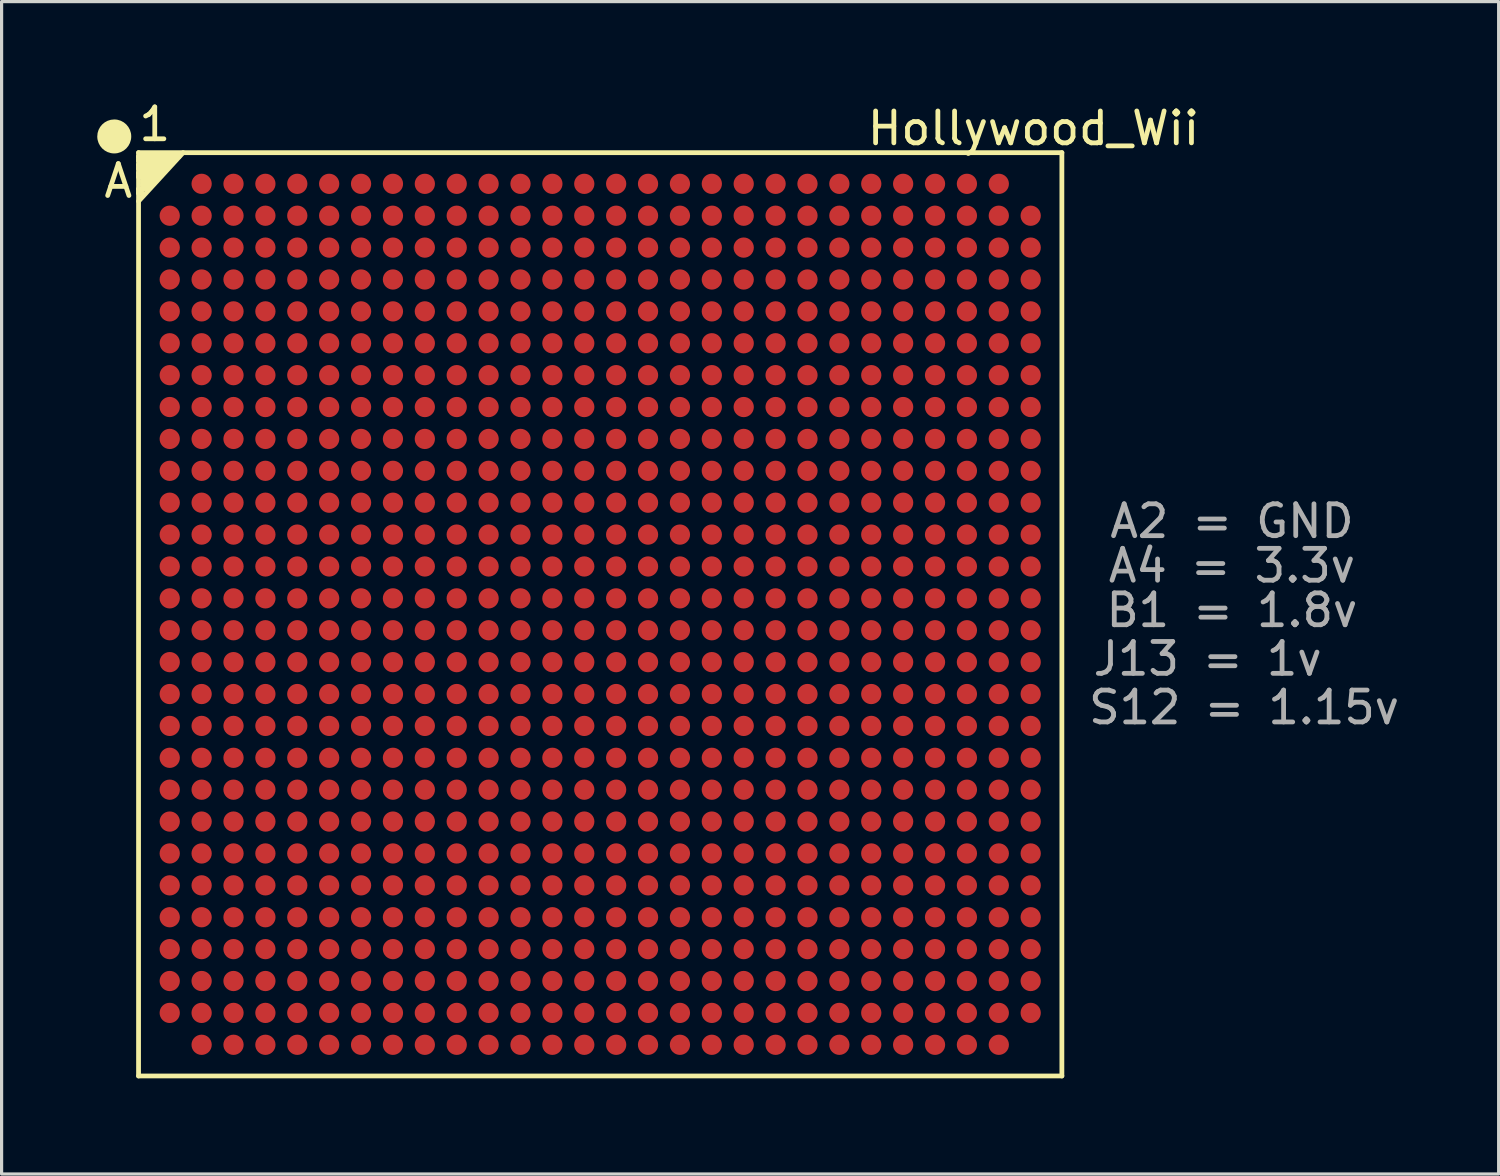
<source format=kicad_pcb>
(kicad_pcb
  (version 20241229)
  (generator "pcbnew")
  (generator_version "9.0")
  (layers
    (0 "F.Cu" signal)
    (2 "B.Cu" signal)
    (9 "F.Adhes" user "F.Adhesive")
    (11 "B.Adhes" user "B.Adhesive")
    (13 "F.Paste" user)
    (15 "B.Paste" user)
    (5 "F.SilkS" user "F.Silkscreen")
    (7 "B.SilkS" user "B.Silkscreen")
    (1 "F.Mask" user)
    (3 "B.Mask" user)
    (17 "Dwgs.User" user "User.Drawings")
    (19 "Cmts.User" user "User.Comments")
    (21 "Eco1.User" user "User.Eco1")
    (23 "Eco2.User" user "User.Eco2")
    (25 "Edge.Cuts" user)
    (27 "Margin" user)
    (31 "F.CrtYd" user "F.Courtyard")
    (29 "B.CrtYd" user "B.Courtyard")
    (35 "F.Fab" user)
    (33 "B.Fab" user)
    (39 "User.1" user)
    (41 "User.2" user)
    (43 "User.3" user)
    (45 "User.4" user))
  (footprint "Hollywood_Wii"
    (layer "F.Cu")
    (at 15.773 16.215)
    (property "Reference" "Hollywood_Wii" (at 13.589 -15.24 0) (layer "F.SilkS") (effects (font (size 1 1) (thickness 0.15))))
    (attr through_hole)
    (fp_line (start -15.24 -14.986) (end -15.113 -14.986) (stroke (width 0.15) (type solid)) (layer "F.SilkS"))
    (fp_line (start -14.478 -14.478) (end 14.478 -14.478) (stroke (width 0.15) (type solid)) (layer "F.SilkS"))
    (fp_line (start -14.478 -14.351) (end -14.478 -14.478) (stroke (width 0.15) (type solid)) (layer "F.SilkS"))
    (fp_line (start -14.478 -14.351) (end -14.478 -14.224) (stroke (width 0.15) (type solid)) (layer "F.SilkS"))
    (fp_line (start -14.478 -14.224) (end -13.335 -14.224) (stroke (width 0.15) (type solid)) (layer "F.SilkS"))
    (fp_line (start -14.478 -14.097) (end -14.478 -13.97) (stroke (width 0.15) (type solid)) (layer "F.SilkS"))
    (fp_line (start -14.478 -13.97) (end -13.589 -13.97) (stroke (width 0.15) (type solid)) (layer "F.SilkS"))
    (fp_line (start -14.478 -13.843) (end -14.478 -13.716) (stroke (width 0.15) (type solid)) (layer "F.SilkS"))
    (fp_line (start -14.478 -13.716) (end -13.843 -13.716) (stroke (width 0.15) (type solid)) (layer "F.SilkS"))
    (fp_line (start -14.478 -13.335) (end -14.478 -13.208) (stroke (width 0.15) (type solid)) (layer "F.SilkS"))
    (fp_line (start -14.478 -13.208) (end -14.351 -13.208) (stroke (width 0.15) (type solid)) (layer "F.SilkS"))
    (fp_line (start -14.478 -12.954) (end -13.081 -14.478) (stroke (width 0.15) (type solid)) (layer "F.SilkS"))
    (fp_line (start -14.478 14.478) (end -14.478 -14.351) (stroke (width 0.15) (type solid)) (layer "F.SilkS"))
    (fp_line (start -14.351 -13.589) (end -14.351 -13.462) (stroke (width 0.15) (type solid)) (layer "F.SilkS"))
    (fp_line (start -14.351 -13.462) (end -14.097 -13.462) (stroke (width 0.15) (type solid)) (layer "F.SilkS"))
    (fp_line (start -14.224 -13.335) (end -14.478 -13.335) (stroke (width 0.15) (type solid)) (layer "F.SilkS"))
    (fp_line (start -14.097 -13.462) (end -14.224 -13.335) (stroke (width 0.15) (type solid)) (layer "F.SilkS"))
    (fp_line (start -13.97 -13.589) (end -14.351 -13.589) (stroke (width 0.15) (type solid)) (layer "F.SilkS"))
    (fp_line (start -13.843 -13.716) (end -13.97 -13.589) (stroke (width 0.15) (type solid)) (layer "F.SilkS"))
    (fp_line (start -13.716 -13.843) (end -14.478 -13.843) (stroke (width 0.15) (type solid)) (layer "F.SilkS"))
    (fp_line (start -13.589 -13.97) (end -13.716 -13.843) (stroke (width 0.15) (type solid)) (layer "F.SilkS"))
    (fp_line (start -13.462 -14.097) (end -14.478 -14.097) (stroke (width 0.15) (type solid)) (layer "F.SilkS"))
    (fp_line (start -13.335 -14.224) (end -13.462 -14.097) (stroke (width 0.15) (type solid)) (layer "F.SilkS"))
    (fp_line (start -13.208 -14.351) (end -14.478 -14.351) (stroke (width 0.15) (type solid)) (layer "F.SilkS"))
    (fp_line (start 14.478 -14.478) (end 14.478 14.478) (stroke (width 0.15) (type solid)) (layer "F.SilkS"))
    (fp_line (start 14.478 14.478) (end -14.478 14.478) (stroke (width 0.15) (type solid)) (layer "F.SilkS"))
    (fp_circle (center -15.24 -14.986) (end -15.24 -15.113) (stroke (width 0.15) (type solid)) (fill no) (layer "F.SilkS"))
    (fp_circle (center -15.24 -14.986) (end -15.113 -15.113) (stroke (width 0.15) (type solid)) (fill no) (layer "F.SilkS"))
    (fp_circle (center -15.24 -14.986) (end -15.113 -14.986) (stroke (width 0.15) (type solid)) (fill no) (layer "F.SilkS"))
    (fp_circle (center -15.24 -14.986) (end -15.113 -14.986) (stroke (width 0.15) (type solid)) (fill no) (layer "F.SilkS"))
    (fp_circle (center -15.24 -14.986) (end -14.986 -15.24) (stroke (width 0.15) (type solid)) (fill no) (layer "F.SilkS"))
    (fp_circle (center -15.24 -14.986) (end -14.986 -15.113) (stroke (width 0.15) (type solid)) (fill no) (layer "F.SilkS"))
    (fp_circle (center -15.24 -14.986) (end -14.859 -15.24) (stroke (width 0.15) (type solid)) (fill no) (layer "F.SilkS"))
    (fp_text user "A" (at -15.113 -13.589 0) (layer "F.SilkS") (effects (font (size 1 1) (thickness 0.15))))
    (fp_text user "1" (at -13.97 -15.367 0) (layer "F.SilkS") (effects (font (size 1 1) (thickness 0.15))))
    (fp_text user "B1 = 1.8v" (at 19.812 -0.127 0) (layer "F.Fab") (effects (font (size 1 1) (thickness 0.15))))
    (fp_text user "S12 = 1.15v" (at 20.193 2.921 0) (layer "F.Fab") (effects (font (size 1 1) (thickness 0.15))))
    (fp_text user "A2 = GND" (at 19.812 -2.921 0) (layer "F.Fab") (effects (font (size 1 1) (thickness 0.15))))
    (fp_text user "A4 = 3.3v" (at 19.812 -1.524 0) (layer "F.Fab") (effects (font (size 1 1) (thickness 0.15))))
    (fp_text user "J13 = 1v" (at 19.05 1.397 0) (layer "F.Fab") (effects (font (size 1 1) (thickness 0.15))))
    (pad "656" smd circle (at -2.5 9.5) (size 0.635 0.635) (layers "F.Cu" "F.Mask" "F.Paste"))
    (pad "657" smd circle (at -1.5 9.5) (size 0.635 0.635) (layers "F.Cu" "F.Mask" "F.Paste"))
    (pad "A2" smd circle (at -13.5 8.5) (size 0.635 0.635) (layers "F.Cu" "F.Mask" "F.Paste"))
    (pad "A2" smd circle (at -13.5 9.5) (size 0.635 0.635) (layers "F.Cu" "F.Mask" "F.Paste"))
    (pad "A2" smd circle (at -13.5 10.5) (size 0.635 0.635) (layers "F.Cu" "F.Mask" "F.Paste"))
    (pad "A2" smd circle (at -13.5 11.5) (size 0.635 0.635) (layers "F.Cu" "F.Mask" "F.Paste"))
    (pad "A2" smd circle (at -12.5 -13.5) (size 0.635 0.635) (layers "F.Cu" "F.Mask" "F.Paste"))
    (pad "A2" smd circle (at -12.5 -12.5) (size 0.635 0.635) (layers "F.Cu" "F.Mask" "F.Paste"))
    (pad "A2" smd circle (at -12.5 -6.5) (size 0.635 0.635) (layers "F.Cu" "F.Mask" "F.Paste"))
    (pad "A2" smd circle (at -12.5 0.5) (size 0.635 0.635) (layers "F.Cu" "F.Mask" "F.Paste"))
    (pad "A2" smd circle (at -12.5 7.5) (size 0.635 0.635) (layers "F.Cu" "F.Mask" "F.Paste"))
    (pad "A2" smd circle (at -12.5 8.5) (size 0.635 0.635) (layers "F.Cu" "F.Mask" "F.Paste"))
    (pad "A2" smd circle (at -12.5 9.5) (size 0.635 0.635) (layers "F.Cu" "F.Mask" "F.Paste"))
    (pad "A2" smd circle (at -12.5 10.5) (size 0.635 0.635) (layers "F.Cu" "F.Mask" "F.Paste"))
    (pad "A2" smd circle (at -12.5 11.5) (size 0.635 0.635) (layers "F.Cu" "F.Mask" "F.Paste"))
    (pad "A2" smd circle (at -12.5 12.5) (size 0.635 0.635) (layers "F.Cu" "F.Mask" "F.Paste"))
    (pad "A2" smd circle (at -12.5 13.5) (size 0.635 0.635) (layers "F.Cu" "F.Mask" "F.Paste"))
    (pad "A2" smd circle (at -11.5 7.5) (size 0.635 0.635) (layers "F.Cu" "F.Mask" "F.Paste"))
    (pad "A2" smd circle (at -11.5 8.5) (size 0.635 0.635) (layers "F.Cu" "F.Mask" "F.Paste"))
    (pad "A2" smd circle (at -11.5 9.5) (size 0.635 0.635) (layers "F.Cu" "F.Mask" "F.Paste"))
    (pad "A2" smd circle (at -11.5 10.5) (size 0.635 0.635) (layers "F.Cu" "F.Mask" "F.Paste"))
    (pad "A2" smd circle (at -11.5 11.5) (size 0.635 0.635) (layers "F.Cu" "F.Mask" "F.Paste"))
    (pad "A2" smd circle (at -10.5 -12.5) (size 0.635 0.635) (layers "F.Cu" "F.Mask" "F.Paste"))
    (pad "A2" smd circle (at -10.5 6.5) (size 0.635 0.635) (layers "F.Cu" "F.Mask" "F.Paste"))
    (pad "A2" smd circle (at -10.5 7.5) (size 0.635 0.635) (layers "F.Cu" "F.Mask" "F.Paste"))
    (pad "A2" smd circle (at -10.5 8.5) (size 0.635 0.635) (layers "F.Cu" "F.Mask" "F.Paste"))
    (pad "A2" smd circle (at -10.5 9.5) (size 0.635 0.635) (layers "F.Cu" "F.Mask" "F.Paste"))
    (pad "A2" smd circle (at -10.5 10.5) (size 0.635 0.635) (layers "F.Cu" "F.Mask" "F.Paste"))
    (pad "A2" smd circle (at -9.5 -9.5) (size 0.635 0.635) (layers "F.Cu" "F.Mask" "F.Paste"))
    (pad "A2" smd circle (at -9.5 -7.5) (size 0.635 0.635) (layers "F.Cu" "F.Mask" "F.Paste"))
    (pad "A2" smd circle (at -9.5 -6.5) (size 0.635 0.635) (layers "F.Cu" "F.Mask" "F.Paste"))
    (pad "A2" smd circle (at -9.5 -1.5) (size 0.635 0.635) (layers "F.Cu" "F.Mask" "F.Paste"))
    (pad "A2" smd circle (at -9.5 -0.5) (size 0.635 0.635) (layers "F.Cu" "F.Mask" "F.Paste"))
    (pad "A2" smd circle (at -9.5 0.5) (size 0.635 0.635) (layers "F.Cu" "F.Mask" "F.Paste"))
    (pad "A2" smd circle (at -9.5 1.5) (size 0.635 0.635) (layers "F.Cu" "F.Mask" "F.Paste"))
    (pad "A2" smd circle (at -9.5 2.5) (size 0.635 0.635) (layers "F.Cu" "F.Mask" "F.Paste"))
    (pad "A2" smd circle (at -9.5 5.5) (size 0.635 0.635) (layers "F.Cu" "F.Mask" "F.Paste"))
    (pad "A2" smd circle (at -9.5 6.5) (size 0.635 0.635) (layers "F.Cu" "F.Mask" "F.Paste"))
    (pad "A2" smd circle (at -9.5 7.5) (size 0.635 0.635) (layers "F.Cu" "F.Mask" "F.Paste"))
    (pad "A2" smd circle (at -9.5 8.5) (size 0.635 0.635) (layers "F.Cu" "F.Mask" "F.Paste"))
    (pad "A2" smd circle (at -9.5 9.5) (size 0.635 0.635) (layers "F.Cu" "F.Mask" "F.Paste"))
    (pad "A2" smd circle (at -8.5 -8.5) (size 0.635 0.635) (layers "F.Cu" "F.Mask" "F.Paste"))
    (pad "A2" smd circle (at -8.5 -6.5) (size 0.635 0.635) (layers "F.Cu" "F.Mask" "F.Paste"))
    (pad "A2" smd circle (at -8.5 -4.5) (size 0.635 0.635) (layers "F.Cu" "F.Mask" "F.Paste"))
    (pad "A2" smd circle (at -8.5 -2.5) (size 0.635 0.635) (layers "F.Cu" "F.Mask" "F.Paste"))
    (pad "A2" smd circle (at -8.5 -0.5) (size 0.635 0.635) (layers "F.Cu" "F.Mask" "F.Paste"))
    (pad "A2" smd circle (at -8.5 1.5) (size 0.635 0.635) (layers "F.Cu" "F.Mask" "F.Paste"))
    (pad "A2" smd circle (at -8.5 3.5) (size 0.635 0.635) (layers "F.Cu" "F.Mask" "F.Paste"))
    (pad "A2" smd circle (at -8.5 4.5) (size 0.635 0.635) (layers "F.Cu" "F.Mask" "F.Paste"))
    (pad "A2" smd circle (at -8.5 5.5) (size 0.635 0.635) (layers "F.Cu" "F.Mask" "F.Paste"))
    (pad "A2" smd circle (at -8.5 6.5) (size 0.635 0.635) (layers "F.Cu" "F.Mask" "F.Paste"))
    (pad "A2" smd circle (at -8.5 7.5) (size 0.635 0.635) (layers "F.Cu" "F.Mask" "F.Paste"))
    (pad "A2" smd circle (at -8.5 8.5) (size 0.635 0.635) (layers "F.Cu" "F.Mask" "F.Paste"))
    (pad "A2" smd circle (at -7.5 -8.5) (size 0.635 0.635) (layers "F.Cu" "F.Mask" "F.Paste"))
    (pad "A2" smd circle (at -7.5 -7.5) (size 0.635 0.635) (layers "F.Cu" "F.Mask" "F.Paste"))
    (pad "A2" smd circle (at -7.5 -5.5) (size 0.635 0.635) (layers "F.Cu" "F.Mask" "F.Paste"))
    (pad "A2" smd circle (at -7.5 -3.5) (size 0.635 0.635) (layers "F.Cu" "F.Mask" "F.Paste"))
    (pad "A2" smd circle (at -7.5 -1.5) (size 0.635 0.635) (layers "F.Cu" "F.Mask" "F.Paste"))
    (pad "A2" smd circle (at -7.5 0.5) (size 0.635 0.635) (layers "F.Cu" "F.Mask" "F.Paste"))
    (pad "A2" smd circle (at -7.5 2.5) (size 0.635 0.635) (layers "F.Cu" "F.Mask" "F.Paste"))
    (pad "A2" smd circle (at -7.5 3.5) (size 0.635 0.635) (layers "F.Cu" "F.Mask" "F.Paste"))
    (pad "A2" smd circle (at -7.5 4.5) (size 0.635 0.635) (layers "F.Cu" "F.Mask" "F.Paste"))
    (pad "A2" smd circle (at -7.5 5.5) (size 0.635 0.635) (layers "F.Cu" "F.Mask" "F.Paste"))
    (pad "A2" smd circle (at -7.5 6.5) (size 0.635 0.635) (layers "F.Cu" "F.Mask" "F.Paste"))
    (pad "A2" smd circle (at -7.5 7.5) (size 0.635 0.635) (layers "F.Cu" "F.Mask" "F.Paste"))
    (pad "A2" smd circle (at -7.5 8.5) (size 0.635 0.635) (layers "F.Cu" "F.Mask" "F.Paste"))
    (pad "A2" smd circle (at -6.5 -8.5) (size 0.635 0.635) (layers "F.Cu" "F.Mask" "F.Paste"))
    (pad "A2" smd circle (at -6.5 -7.5) (size 0.635 0.635) (layers "F.Cu" "F.Mask" "F.Paste"))
    (pad "A2" smd circle (at -6.5 -6.5) (size 0.635 0.635) (layers "F.Cu" "F.Mask" "F.Paste"))
    (pad "A2" smd circle (at -6.5 -5.5) (size 0.635 0.635) (layers "F.Cu" "F.Mask" "F.Paste"))
    (pad "A2" smd circle (at -6.5 -4.5) (size 0.635 0.635) (layers "F.Cu" "F.Mask" "F.Paste"))
    (pad "A2" smd circle (at -6.5 -3.5) (size 0.635 0.635) (layers "F.Cu" "F.Mask" "F.Paste"))
    (pad "A2" smd circle (at -6.5 -2.5) (size 0.635 0.635) (layers "F.Cu" "F.Mask" "F.Paste"))
    (pad "A2" smd circle (at -6.5 -0.5) (size 0.635 0.635) (layers "F.Cu" "F.Mask" "F.Paste"))
    (pad "A2" smd circle (at -6.5 1.5) (size 0.635 0.635) (layers "F.Cu" "F.Mask" "F.Paste"))
    (pad "A2" smd circle (at -6.5 2.5) (size 0.635 0.635) (layers "F.Cu" "F.Mask" "F.Paste"))
    (pad "A2" smd circle (at -6.5 3.5) (size 0.635 0.635) (layers "F.Cu" "F.Mask" "F.Paste"))
    (pad "A2" smd circle (at -6.5 4.5) (size 0.635 0.635) (layers "F.Cu" "F.Mask" "F.Paste"))
    (pad "A2" smd circle (at -6.5 5.5) (size 0.635 0.635) (layers "F.Cu" "F.Mask" "F.Paste"))
    (pad "A2" smd circle (at -6.5 6.5) (size 0.635 0.635) (layers "F.Cu" "F.Mask" "F.Paste"))
    (pad "A2" smd circle (at -6.5 7.5) (size 0.635 0.635) (layers "F.Cu" "F.Mask" "F.Paste"))
    (pad "A2" smd circle (at -6.5 9.5) (size 0.635 0.635) (layers "F.Cu" "F.Mask" "F.Paste"))
    (pad "A2" smd circle (at -5.5 -11.5) (size 0.635 0.635) (layers "F.Cu" "F.Mask" "F.Paste"))
    (pad "A2" smd circle (at -5.5 -10.5) (size 0.635 0.635) (layers "F.Cu" "F.Mask" "F.Paste"))
    (pad "A2" smd circle (at -5.5 -9.5) (size 0.635 0.635) (layers "F.Cu" "F.Mask" "F.Paste"))
    (pad "A2" smd circle (at -5.5 -7.5) (size 0.635 0.635) (layers "F.Cu" "F.Mask" "F.Paste"))
    (pad "A2" smd circle (at -5.5 -5.5) (size 0.635 0.635) (layers "F.Cu" "F.Mask" "F.Paste"))
    (pad "A2" smd circle (at -5.5 -4.5) (size 0.635 0.635) (layers "F.Cu" "F.Mask" "F.Paste"))
    (pad "A2" smd circle (at -5.5 -3.5) (size 0.635 0.635) (layers "F.Cu" "F.Mask" "F.Paste"))
    (pad "A2" smd circle (at -5.5 -2.5) (size 0.635 0.635) (layers "F.Cu" "F.Mask" "F.Paste"))
    (pad "A2" smd circle (at -5.5 -1.5) (size 0.635 0.635) (layers "F.Cu" "F.Mask" "F.Paste"))
    (pad "A2" smd circle (at -5.5 0.5) (size 0.635 0.635) (layers "F.Cu" "F.Mask" "F.Paste"))
    (pad "A2" smd circle (at -5.5 2.5) (size 0.635 0.635) (layers "F.Cu" "F.Mask" "F.Paste"))
    (pad "A2" smd circle (at -5.5 4.5) (size 0.635 0.635) (layers "F.Cu" "F.Mask" "F.Paste"))
    (pad "A2" smd circle (at -5.5 5.5) (size 0.635 0.635) (layers "F.Cu" "F.Mask" "F.Paste"))
    (pad "A2" smd circle (at -5.5 6.5) (size 0.635 0.635) (layers "F.Cu" "F.Mask" "F.Paste"))
    (pad "A2" smd circle (at -5.5 8.5) (size 0.635 0.635) (layers "F.Cu" "F.Mask" "F.Paste"))
    (pad "A2" smd circle (at -5.5 12.5) (size 0.635 0.635) (layers "F.Cu" "F.Mask" "F.Paste"))
    (pad "A2" smd circle (at -4.5 -12.5) (size 0.635 0.635) (layers "F.Cu" "F.Mask" "F.Paste"))
    (pad "A2" smd circle (at -4.5 -8.5) (size 0.635 0.635) (layers "F.Cu" "F.Mask" "F.Paste"))
    (pad "A2" smd circle (at -4.5 -7.5) (size 0.635 0.635) (layers "F.Cu" "F.Mask" "F.Paste"))
    (pad "A2" smd circle (at -4.5 -5.5) (size 0.635 0.635) (layers "F.Cu" "F.Mask" "F.Paste"))
    (pad "A2" smd circle (at -4.5 -4.5) (size 0.635 0.635) (layers "F.Cu" "F.Mask" "F.Paste"))
    (pad "A2" smd circle (at -4.5 -3.5) (size 0.635 0.635) (layers "F.Cu" "F.Mask" "F.Paste"))
    (pad "A2" smd circle (at -4.5 -2.5) (size 0.635 0.635) (layers "F.Cu" "F.Mask" "F.Paste"))
    (pad "A2" smd circle (at -4.5 -0.5) (size 0.635 0.635) (layers "F.Cu" "F.Mask" "F.Paste"))
    (pad "A2" smd circle (at -4.5 1.5) (size 0.635 0.635) (layers "F.Cu" "F.Mask" "F.Paste"))
    (pad "A2" smd circle (at -4.5 3.5) (size 0.635 0.635) (layers "F.Cu" "F.Mask" "F.Paste"))
    (pad "A2" smd circle (at -4.5 5.5) (size 0.635 0.635) (layers "F.Cu" "F.Mask" "F.Paste"))
    (pad "A2" smd circle (at -4.5 7.5) (size 0.635 0.635) (layers "F.Cu" "F.Mask" "F.Paste"))
    (pad "A2" smd circle (at -4.5 9.5) (size 0.635 0.635) (layers "F.Cu" "F.Mask" "F.Paste"))
    (pad "A2" smd circle (at -3.5 -9.5) (size 0.635 0.635) (layers "F.Cu" "F.Mask" "F.Paste"))
    (pad "A2" smd circle (at -3.5 -7.5) (size 0.635 0.635) (layers "F.Cu" "F.Mask" "F.Paste"))
    (pad "A2" smd circle (at -3.5 -6.5) (size 0.635 0.635) (layers "F.Cu" "F.Mask" "F.Paste"))
    (pad "A2" smd circle (at -3.5 -5.5) (size 0.635 0.635) (layers "F.Cu" "F.Mask" "F.Paste"))
    (pad "A2" smd circle (at -3.5 -4.5) (size 0.635 0.635) (layers "F.Cu" "F.Mask" "F.Paste"))
    (pad "A2" smd circle (at -3.5 -3.5) (size 0.635 0.635) (layers "F.Cu" "F.Mask" "F.Paste"))
    (pad "A2" smd circle (at -3.5 -2.5) (size 0.635 0.635) (layers "F.Cu" "F.Mask" "F.Paste"))
    (pad "A2" smd circle (at -3.5 -1.5) (size 0.635 0.635) (layers "F.Cu" "F.Mask" "F.Paste"))
    (pad "A2" smd circle (at -3.5 0.5) (size 0.635 0.635) (layers "F.Cu" "F.Mask" "F.Paste"))
    (pad "A2" smd circle (at -3.5 2.5) (size 0.635 0.635) (layers "F.Cu" "F.Mask" "F.Paste"))
    (pad "A2" smd circle (at -3.5 4.5) (size 0.635 0.635) (layers "F.Cu" "F.Mask" "F.Paste"))
    (pad "A2" smd circle (at -3.5 6.5) (size 0.635 0.635) (layers "F.Cu" "F.Mask" "F.Paste"))
    (pad "A2" smd circle (at -3.5 8.5) (size 0.635 0.635) (layers "F.Cu" "F.Mask" "F.Paste"))
    (pad "A2" smd circle (at -2.5 -8.5) (size 0.635 0.635) (layers "F.Cu" "F.Mask" "F.Paste"))
    (pad "A2" smd circle (at -2.5 -6.5) (size 0.635 0.635) (layers "F.Cu" "F.Mask" "F.Paste"))
    (pad "A2" smd circle (at -2.5 -5.5) (size 0.635 0.635) (layers "F.Cu" "F.Mask" "F.Paste"))
    (pad "A2" smd circle (at -2.5 -4.5) (size 0.635 0.635) (layers "F.Cu" "F.Mask" "F.Paste"))
    (pad "A2" smd circle (at -2.5 -2.5) (size 0.635 0.635) (layers "F.Cu" "F.Mask" "F.Paste"))
    (pad "A2" smd circle (at -2.5 -0.5) (size 0.635 0.635) (layers "F.Cu" "F.Mask" "F.Paste"))
    (pad "A2" smd circle (at -2.5 1.5) (size 0.635 0.635) (layers "F.Cu" "F.Mask" "F.Paste"))
    (pad "A2" smd circle (at -2.5 3.5) (size 0.635 0.635) (layers "F.Cu" "F.Mask" "F.Paste"))
    (pad "A2" smd circle (at -2.5 5.5) (size 0.635 0.635) (layers "F.Cu" "F.Mask" "F.Paste"))
    (pad "A2" smd circle (at -2.5 7.5) (size 0.635 0.635) (layers "F.Cu" "F.Mask" "F.Paste"))
    (pad "A2" smd circle (at -1.5 -7.5) (size 0.635 0.635) (layers "F.Cu" "F.Mask" "F.Paste"))
    (pad "A2" smd circle (at -1.5 -6.5) (size 0.635 0.635) (layers "F.Cu" "F.Mask" "F.Paste"))
    (pad "A2" smd circle (at -1.5 -5.5) (size 0.635 0.635) (layers "F.Cu" "F.Mask" "F.Paste"))
    (pad "A2" smd circle (at -1.5 -3.5) (size 0.635 0.635) (layers "F.Cu" "F.Mask" "F.Paste"))
    (pad "A2" smd circle (at -1.5 -1.5) (size 0.635 0.635) (layers "F.Cu" "F.Mask" "F.Paste"))
    (pad "A2" smd circle (at -1.5 0.5) (size 0.635 0.635) (layers "F.Cu" "F.Mask" "F.Paste"))
    (pad "A2" smd circle (at -1.5 2.5) (size 0.635 0.635) (layers "F.Cu" "F.Mask" "F.Paste"))
    (pad "A2" smd circle (at -1.5 4.5) (size 0.635 0.635) (layers "F.Cu" "F.Mask" "F.Paste"))
    (pad "A2" smd circle (at -1.5 6.5) (size 0.635 0.635) (layers "F.Cu" "F.Mask" "F.Paste"))
    (pad "A2" smd circle (at -1.5 8.5) (size 0.635 0.635) (layers "F.Cu" "F.Mask" "F.Paste"))
    (pad "A2" smd circle (at -0.5 -8.5) (size 0.635 0.635) (layers "F.Cu" "F.Mask" "F.Paste"))
    (pad "A2" smd circle (at -0.5 -6.5) (size 0.635 0.635) (layers "F.Cu" "F.Mask" "F.Paste"))
    (pad "A2" smd circle (at -0.5 -5.5) (size 0.635 0.635) (layers "F.Cu" "F.Mask" "F.Paste"))
    (pad "A2" smd circle (at -0.5 -4.5) (size 0.635 0.635) (layers "F.Cu" "F.Mask" "F.Paste"))
    (pad "A2" smd circle (at -0.5 -2.5) (size 0.635 0.635) (layers "F.Cu" "F.Mask" "F.Paste"))
    (pad "A2" smd circle (at -0.5 -0.5) (size 0.635 0.635) (layers "F.Cu" "F.Mask" "F.Paste"))
    (pad "A2" smd circle (at -0.5 1.5) (size 0.635 0.635) (layers "F.Cu" "F.Mask" "F.Paste"))
    (pad "A2" smd circle (at -0.5 3.5) (size 0.635 0.635) (layers "F.Cu" "F.Mask" "F.Paste"))
    (pad "A2" smd circle (at -0.5 5.5) (size 0.635 0.635) (layers "F.Cu" "F.Mask" "F.Paste"))
    (pad "A2" smd circle (at -0.5 7.5) (size 0.635 0.635) (layers "F.Cu" "F.Mask" "F.Paste"))
    (pad "A2" smd circle (at -0.5 9.5) (size 0.635 0.635) (layers "F.Cu" "F.Mask" "F.Paste"))
    (pad "A2" smd circle (at 0.5 -9.5) (size 0.635 0.635) (layers "F.Cu" "F.Mask" "F.Paste"))
    (pad "A2" smd circle (at 0.5 -7.5) (size 0.635 0.635) (layers "F.Cu" "F.Mask" "F.Paste"))
    (pad "A2" smd circle (at 0.5 -6.5) (size 0.635 0.635) (layers "F.Cu" "F.Mask" "F.Paste"))
    (pad "A2" smd circle (at 0.5 -5.5) (size 0.635 0.635) (layers "F.Cu" "F.Mask" "F.Paste"))
    (pad "A2" smd circle (at 0.5 -3.5) (size 0.635 0.635) (layers "F.Cu" "F.Mask" "F.Paste"))
    (pad "A2" smd circle (at 0.5 -1.5) (size 0.635 0.635) (layers "F.Cu" "F.Mask" "F.Paste"))
    (pad "A2" smd circle (at 0.5 0.5) (size 0.635 0.635) (layers "F.Cu" "F.Mask" "F.Paste"))
    (pad "A2" smd circle (at 0.5 2.5) (size 0.635 0.635) (layers "F.Cu" "F.Mask" "F.Paste"))
    (pad "A2" smd circle (at 0.5 4.5) (size 0.635 0.635) (layers "F.Cu" "F.Mask" "F.Paste"))
    (pad "A2" smd circle (at 0.5 6.5) (size 0.635 0.635) (layers "F.Cu" "F.Mask" "F.Paste"))
    (pad "A2" smd circle (at 0.5 8.5) (size 0.635 0.635) (layers "F.Cu" "F.Mask" "F.Paste"))
    (pad "A2" smd circle (at 0.5 12.5) (size 0.635 0.635) (layers "F.Cu" "F.Mask" "F.Paste"))
    (pad "A2" smd circle (at 1.5 -12.5) (size 0.635 0.635) (layers "F.Cu" "F.Mask" "F.Paste"))
    (pad "A2" smd circle (at 1.5 -8.5) (size 0.635 0.635) (layers "F.Cu" "F.Mask" "F.Paste"))
    (pad "A2" smd circle (at 1.5 -6.5) (size 0.635 0.635) (layers "F.Cu" "F.Mask" "F.Paste"))
    (pad "A2" smd circle (at 1.5 -5.5) (size 0.635 0.635) (layers "F.Cu" "F.Mask" "F.Paste"))
    (pad "A2" smd circle (at 1.5 -4.5) (size 0.635 0.635) (layers "F.Cu" "F.Mask" "F.Paste"))
    (pad "A2" smd circle (at 1.5 -2.5) (size 0.635 0.635) (layers "F.Cu" "F.Mask" "F.Paste"))
    (pad "A2" smd circle (at 1.5 -0.5) (size 0.635 0.635) (layers "F.Cu" "F.Mask" "F.Paste"))
    (pad "A2" smd circle (at 1.5 1.5) (size 0.635 0.635) (layers "F.Cu" "F.Mask" "F.Paste"))
    (pad "A2" smd circle (at 1.5 3.5) (size 0.635 0.635) (layers "F.Cu" "F.Mask" "F.Paste"))
    (pad "A2" smd circle (at 1.5 5.5) (size 0.635 0.635) (layers "F.Cu" "F.Mask" "F.Paste"))
    (pad "A2" smd circle (at 1.5 7.5) (size 0.635 0.635) (layers "F.Cu" "F.Mask" "F.Paste"))
    (pad "A2" smd circle (at 2.5 -7.5) (size 0.635 0.635) (layers "F.Cu" "F.Mask" "F.Paste"))
    (pad "A2" smd circle (at 2.5 -6.5) (size 0.635 0.635) (layers "F.Cu" "F.Mask" "F.Paste"))
    (pad "A2" smd circle (at 2.5 -5.5) (size 0.635 0.635) (layers "F.Cu" "F.Mask" "F.Paste"))
    (pad "A2" smd circle (at 2.5 -3.5) (size 0.635 0.635) (layers "F.Cu" "F.Mask" "F.Paste"))
    (pad "A2" smd circle (at 2.5 -1.5) (size 0.635 0.635) (layers "F.Cu" "F.Mask" "F.Paste"))
    (pad "A2" smd circle (at 2.5 0.5) (size 0.635 0.635) (layers "F.Cu" "F.Mask" "F.Paste"))
    (pad "A2" smd circle (at 2.5 2.5) (size 0.635 0.635) (layers "F.Cu" "F.Mask" "F.Paste"))
    (pad "A2" smd circle (at 2.5 4.5) (size 0.635 0.635) (layers "F.Cu" "F.Mask" "F.Paste"))
    (pad "A2" smd circle (at 2.5 6.5) (size 0.635 0.635) (layers "F.Cu" "F.Mask" "F.Paste"))
    (pad "A2" smd circle (at 2.5 8.5) (size 0.635 0.635) (layers "F.Cu" "F.Mask" "F.Paste"))
    (pad "A2" smd circle (at 3.5 -8.5) (size 0.635 0.635) (layers "F.Cu" "F.Mask" "F.Paste"))
    (pad "A2" smd circle (at 3.5 -6.5) (size 0.635 0.635) (layers "F.Cu" "F.Mask" "F.Paste"))
    (pad "A2" smd circle (at 3.5 -5.5) (size 0.635 0.635) (layers "F.Cu" "F.Mask" "F.Paste"))
    (pad "A2" smd circle (at 3.5 -4.5) (size 0.635 0.635) (layers "F.Cu" "F.Mask" "F.Paste"))
    (pad "A2" smd circle (at 3.5 -2.5) (size 0.635 0.635) (layers "F.Cu" "F.Mask" "F.Paste"))
    (pad "A2" smd circle (at 3.5 -0.5) (size 0.635 0.635) (layers "F.Cu" "F.Mask" "F.Paste"))
    (pad "A2" smd circle (at 3.5 1.5) (size 0.635 0.635) (layers "F.Cu" "F.Mask" "F.Paste"))
    (pad "A2" smd circle (at 3.5 3.5) (size 0.635 0.635) (layers "F.Cu" "F.Mask" "F.Paste"))
    (pad "A2" smd circle (at 3.5 5.5) (size 0.635 0.635) (layers "F.Cu" "F.Mask" "F.Paste"))
    (pad "A2" smd circle (at 3.5 7.5) (size 0.635 0.635) (layers "F.Cu" "F.Mask" "F.Paste"))
    (pad "A2" smd circle (at 4.5 -7.5) (size 0.635 0.635) (layers "F.Cu" "F.Mask" "F.Paste"))
    (pad "A2" smd circle (at 4.5 -6.5) (size 0.635 0.635) (layers "F.Cu" "F.Mask" "F.Paste"))
    (pad "A2" smd circle (at 4.5 -5.5) (size 0.635 0.635) (layers "F.Cu" "F.Mask" "F.Paste"))
    (pad "A2" smd circle (at 4.5 -3.5) (size 0.635 0.635) (layers "F.Cu" "F.Mask" "F.Paste"))
    (pad "A2" smd circle (at 4.5 -1.5) (size 0.635 0.635) (layers "F.Cu" "F.Mask" "F.Paste"))
    (pad "A2" smd circle (at 4.5 0.5) (size 0.635 0.635) (layers "F.Cu" "F.Mask" "F.Paste"))
    (pad "A2" smd circle (at 4.5 2.5) (size 0.635 0.635) (layers "F.Cu" "F.Mask" "F.Paste"))
    (pad "A2" smd circle (at 4.5 4.5) (size 0.635 0.635) (layers "F.Cu" "F.Mask" "F.Paste"))
    (pad "A2" smd circle (at 4.5 6.5) (size 0.635 0.635) (layers "F.Cu" "F.Mask" "F.Paste"))
    (pad "A2" smd circle (at 5.5 -8.5) (size 0.635 0.635) (layers "F.Cu" "F.Mask" "F.Paste"))
    (pad "A2" smd circle (at 5.5 -6.5) (size 0.635 0.635) (layers "F.Cu" "F.Mask" "F.Paste"))
    (pad "A2" smd circle (at 5.5 -5.5) (size 0.635 0.635) (layers "F.Cu" "F.Mask" "F.Paste"))
    (pad "A2" smd circle (at 5.5 -4.5) (size 0.635 0.635) (layers "F.Cu" "F.Mask" "F.Paste"))
    (pad "A2" smd circle (at 5.5 -2.5) (size 0.635 0.635) (layers "F.Cu" "F.Mask" "F.Paste"))
    (pad "A2" smd circle (at 5.5 -0.5) (size 0.635 0.635) (layers "F.Cu" "F.Mask" "F.Paste"))
    (pad "A2" smd circle (at 5.5 1.5) (size 0.635 0.635) (layers "F.Cu" "F.Mask" "F.Paste"))
    (pad "A2" smd circle (at 5.5 3.5) (size 0.635 0.635) (layers "F.Cu" "F.Mask" "F.Paste"))
    (pad "A2" smd circle (at 5.5 5.5) (size 0.635 0.635) (layers "F.Cu" "F.Mask" "F.Paste"))
    (pad "A2" smd circle (at 5.5 7.5) (size 0.635 0.635) (layers "F.Cu" "F.Mask" "F.Paste"))
    (pad "A2" smd circle (at 5.5 9.5) (size 0.635 0.635) (layers "F.Cu" "F.Mask" "F.Paste"))
    (pad "A2" smd circle (at 6.5 -9.5) (size 0.635 0.635) (layers "F.Cu" "F.Mask" "F.Paste"))
    (pad "A2" smd circle (at 6.5 -7.5) (size 0.635 0.635) (layers "F.Cu" "F.Mask" "F.Paste"))
    (pad "A2" smd circle (at 6.5 -6.5) (size 0.635 0.635) (layers "F.Cu" "F.Mask" "F.Paste"))
    (pad "A2" smd circle (at 6.5 -5.5) (size 0.635 0.635) (layers "F.Cu" "F.Mask" "F.Paste"))
    (pad "A2" smd circle (at 6.5 -3.5) (size 0.635 0.635) (layers "F.Cu" "F.Mask" "F.Paste"))
    (pad "A2" smd circle (at 6.5 -1.5) (size 0.635 0.635) (layers "F.Cu" "F.Mask" "F.Paste"))
    (pad "A2" smd circle (at 6.5 0.5) (size 0.635 0.635) (layers "F.Cu" "F.Mask" "F.Paste"))
    (pad "A2" smd circle (at 6.5 2.5) (size 0.635 0.635) (layers "F.Cu" "F.Mask" "F.Paste"))
    (pad "A2" smd circle (at 6.5 4.5) (size 0.635 0.635) (layers "F.Cu" "F.Mask" "F.Paste"))
    (pad "A2" smd circle (at 6.5 6.5) (size 0.635 0.635) (layers "F.Cu" "F.Mask" "F.Paste"))
    (pad "A2" smd circle (at 6.5 8.5) (size 0.635 0.635) (layers "F.Cu" "F.Mask" "F.Paste"))
    (pad "A2" smd circle (at 6.5 12.5) (size 0.635 0.635) (layers "F.Cu" "F.Mask" "F.Paste"))
    (pad "A2" smd circle (at 7.5 -12.5) (size 0.635 0.635) (layers "F.Cu" "F.Mask" "F.Paste"))
    (pad "A2" smd circle (at 7.5 -8.5) (size 0.635 0.635) (layers "F.Cu" "F.Mask" "F.Paste"))
    (pad "A2" smd circle (at 7.5 -6.5) (size 0.635 0.635) (layers "F.Cu" "F.Mask" "F.Paste"))
    (pad "A2" smd circle (at 7.5 -5.5) (size 0.635 0.635) (layers "F.Cu" "F.Mask" "F.Paste"))
    (pad "A2" smd circle (at 7.5 -4.5) (size 0.635 0.635) (layers "F.Cu" "F.Mask" "F.Paste"))
    (pad "A2" smd circle (at 7.5 -3.5) (size 0.635 0.635) (layers "F.Cu" "F.Mask" "F.Paste"))
    (pad "A2" smd circle (at 7.5 -2.5) (size 0.635 0.635) (layers "F.Cu" "F.Mask" "F.Paste"))
    (pad "A2" smd circle (at 7.5 -0.5) (size 0.635 0.635) (layers "F.Cu" "F.Mask" "F.Paste"))
    (pad "A2" smd circle (at 7.5 0.5) (size 0.635 0.635) (layers "F.Cu" "F.Mask" "F.Paste"))
    (pad "A2" smd circle (at 7.5 1.5) (size 0.635 0.635) (layers "F.Cu" "F.Mask" "F.Paste"))
    (pad "A2" smd circle (at 7.5 3.5) (size 0.635 0.635) (layers "F.Cu" "F.Mask" "F.Paste"))
    (pad "A2" smd circle (at 7.5 5.5) (size 0.635 0.635) (layers "F.Cu" "F.Mask" "F.Paste"))
    (pad "A2" smd circle (at 7.5 7.5) (size 0.635 0.635) (layers "F.Cu" "F.Mask" "F.Paste"))
    (pad "A2" smd circle (at 8.5 -7.5) (size 0.635 0.635) (layers "F.Cu" "F.Mask" "F.Paste"))
    (pad "A2" smd circle (at 8.5 -6.5) (size 0.635 0.635) (layers "F.Cu" "F.Mask" "F.Paste"))
    (pad "A2" smd circle (at 8.5 -5.5) (size 0.635 0.635) (layers "F.Cu" "F.Mask" "F.Paste"))
    (pad "A2" smd circle (at 8.5 -4.5) (size 0.635 0.635) (layers "F.Cu" "F.Mask" "F.Paste"))
    (pad "A2" smd circle (at 8.5 -3.5) (size 0.635 0.635) (layers "F.Cu" "F.Mask" "F.Paste"))
    (pad "A2" smd circle (at 8.5 -2.5) (size 0.635 0.635) (layers "F.Cu" "F.Mask" "F.Paste"))
    (pad "A2" smd circle (at 8.5 -1.5) (size 0.635 0.635) (layers "F.Cu" "F.Mask" "F.Paste"))
    (pad "A2" smd circle (at 8.5 0.5) (size 0.635 0.635) (layers "F.Cu" "F.Mask" "F.Paste"))
    (pad "A2" smd circle (at 8.5 2.5) (size 0.635 0.635) (layers "F.Cu" "F.Mask" "F.Paste"))
    (pad "A2" smd circle (at 8.5 4.5) (size 0.635 0.635) (layers "F.Cu" "F.Mask" "F.Paste"))
    (pad "A2" smd circle (at 8.5 6.5) (size 0.635 0.635) (layers "F.Cu" "F.Mask" "F.Paste"))
    (pad "A2" smd circle (at 8.5 8.5) (size 0.635 0.635) (layers "F.Cu" "F.Mask" "F.Paste"))
    (pad "A2" smd circle (at 9.5 -8.5) (size 0.635 0.635) (layers "F.Cu" "F.Mask" "F.Paste"))
    (pad "A2" smd circle (at 9.5 -7.5) (size 0.635 0.635) (layers "F.Cu" "F.Mask" "F.Paste"))
    (pad "A2" smd circle (at 9.5 -6.5) (size 0.635 0.635) (layers "F.Cu" "F.Mask" "F.Paste"))
    (pad "A2" smd circle (at 9.5 -5.5) (size 0.635 0.635) (layers "F.Cu" "F.Mask" "F.Paste"))
    (pad "A2" smd circle (at 9.5 -4.5) (size 0.635 0.635) (layers "F.Cu" "F.Mask" "F.Paste"))
    (pad "A2" smd circle (at 9.5 -2.5) (size 0.635 0.635) (layers "F.Cu" "F.Mask" "F.Paste"))
    (pad "A2" smd circle (at 9.5 -1.5) (size 0.635 0.635) (layers "F.Cu" "F.Mask" "F.Paste"))
    (pad "A2" smd circle (at 9.5 -0.5) (size 0.635 0.635) (layers "F.Cu" "F.Mask" "F.Paste"))
    (pad "A2" smd circle (at 9.5 1.5) (size 0.635 0.635) (layers "F.Cu" "F.Mask" "F.Paste"))
    (pad "A2" smd circle (at 9.5 3.5) (size 0.635 0.635) (layers "F.Cu" "F.Mask" "F.Paste"))
    (pad "A2" smd circle (at 9.5 5.5) (size 0.635 0.635) (layers "F.Cu" "F.Mask" "F.Paste"))
    (pad "A2" smd circle (at 9.5 7.5) (size 0.635 0.635) (layers "F.Cu" "F.Mask" "F.Paste"))
    (pad "A2" smd circle (at 10.5 -9.5) (size 0.635 0.635) (layers "F.Cu" "F.Mask" "F.Paste"))
    (pad "A2" smd circle (at 10.5 -0.5) (size 0.635 0.635) (layers "F.Cu" "F.Mask" "F.Paste"))
    (pad "A2" smd circle (at 11.5 -9.5) (size 0.635 0.635) (layers "F.Cu" "F.Mask" "F.Paste"))
    (pad "A2" smd circle (at 11.5 -1.5) (size 0.635 0.635) (layers "F.Cu" "F.Mask" "F.Paste"))
    (pad "A2" smd circle (at 12.5 -13.5) (size 0.635 0.635) (layers "F.Cu" "F.Mask" "F.Paste"))
    (pad "A2" smd circle (at 12.5 -12.5) (size 0.635 0.635) (layers "F.Cu" "F.Mask" "F.Paste"))
    (pad "A2" smd circle (at 12.5 -2.5) (size 0.635 0.635) (layers "F.Cu" "F.Mask" "F.Paste"))
    (pad "A2" smd circle (at 12.5 0.5) (size 0.635 0.635) (layers "F.Cu" "F.Mask" "F.Paste"))
    (pad "A2" smd circle (at 12.5 5.5) (size 0.635 0.635) (layers "F.Cu" "F.Mask" "F.Paste"))
    (pad "A2" smd circle (at 12.5 12.5) (size 0.635 0.635) (layers "F.Cu" "F.Mask" "F.Paste"))
    (pad "A2" smd circle (at 12.5 13.5) (size 0.635 0.635) (layers "F.Cu" "F.Mask" "F.Paste"))
    (pad "A3" smd circle (at -11.5 -13.5) (size 0.635 0.635) (layers "F.Cu" "F.Mask" "F.Paste"))
    (pad "A4" smd circle (at -10.5 -13.5) (size 0.635 0.635) (layers "F.Cu" "F.Mask" "F.Paste"))
    (pad "A4" smd circle (at -5.5 -8.5) (size 0.635 0.635) (layers "F.Cu" "F.Mask" "F.Paste"))
    (pad "A4" smd circle (at -4.5 -13.5) (size 0.635 0.635) (layers "F.Cu" "F.Mask" "F.Paste"))
    (pad "A4" smd circle (at -4.5 -9.5) (size 0.635 0.635) (layers "F.Cu" "F.Mask" "F.Paste"))
    (pad "A4" smd circle (at -3.5 -8.5) (size 0.635 0.635) (layers "F.Cu" "F.Mask" "F.Paste"))
    (pad "A4" smd circle (at -2.5 -7.5) (size 0.635 0.635) (layers "F.Cu" "F.Mask" "F.Paste"))
    (pad "A4" smd circle (at -1.5 -8.5) (size 0.635 0.635) (layers "F.Cu" "F.Mask" "F.Paste"))
    (pad "A4" smd circle (at -0.5 -7.5) (size 0.635 0.635) (layers "F.Cu" "F.Mask" "F.Paste"))
    (pad "A4" smd circle (at 0.5 -8.5) (size 0.635 0.635) (layers "F.Cu" "F.Mask" "F.Paste"))
    (pad "A4" smd circle (at 1.5 -13.5) (size 0.635 0.635) (layers "F.Cu" "F.Mask" "F.Paste"))
    (pad "A4" smd circle (at 1.5 -9.5) (size 0.635 0.635) (layers "F.Cu" "F.Mask" "F.Paste"))
    (pad "A4" smd circle (at 1.5 -7.5) (size 0.635 0.635) (layers "F.Cu" "F.Mask" "F.Paste"))
    (pad "A4" smd circle (at 2.5 -8.5) (size 0.635 0.635) (layers "F.Cu" "F.Mask" "F.Paste"))
    (pad "A4" smd circle (at 3.5 -7.5) (size 0.635 0.635) (layers "F.Cu" "F.Mask" "F.Paste"))
    (pad "A4" smd circle (at 4.5 -8.5) (size 0.635 0.635) (layers "F.Cu" "F.Mask" "F.Paste"))
    (pad "A4" smd circle (at 5.5 -9.5) (size 0.635 0.635) (layers "F.Cu" "F.Mask" "F.Paste"))
    (pad "A4" smd circle (at 5.5 -7.5) (size 0.635 0.635) (layers "F.Cu" "F.Mask" "F.Paste"))
    (pad "A4" smd circle (at 6.5 -8.5) (size 0.635 0.635) (layers "F.Cu" "F.Mask" "F.Paste"))
    (pad "A4" smd circle (at 7.5 -13.5) (size 0.635 0.635) (layers "F.Cu" "F.Mask" "F.Paste"))
    (pad "A4" smd circle (at 7.5 -9.5) (size 0.635 0.635) (layers "F.Cu" "F.Mask" "F.Paste"))
    (pad "A4" smd circle (at 7.5 -7.5) (size 0.635 0.635) (layers "F.Cu" "F.Mask" "F.Paste"))
    (pad "A4" smd circle (at 8.5 -8.5) (size 0.635 0.635) (layers "F.Cu" "F.Mask" "F.Paste"))
    (pad "A4" smd circle (at 13.5 -12.5) (size 0.635 0.635) (layers "F.Cu" "F.Mask" "F.Paste"))
    (pad "A4" smd circle (at 13.5 -2.5) (size 0.635 0.635) (layers "F.Cu" "F.Mask" "F.Paste"))
    (pad "A5" smd circle (at -9.5 -13.5) (size 0.635 0.635) (layers "F.Cu" "F.Mask" "F.Paste"))
    (pad "A6" smd circle (at -8.5 -13.5) (size 0.635 0.635) (layers "F.Cu" "F.Mask" "F.Paste"))
    (pad "A7" smd circle (at -7.5 -13.5) (size 0.635 0.635) (layers "F.Cu" "F.Mask" "F.Paste"))
    (pad "A8" smd circle (at -6.5 -13.5) (size 0.635 0.635) (layers "F.Cu" "F.Mask" "F.Paste"))
    (pad "A9" smd circle (at -5.5 -13.5) (size 0.635 0.635) (layers "F.Cu" "F.Mask" "F.Paste"))
    (pad "A11" smd circle (at -3.5 -13.5) (size 0.635 0.635) (layers "F.Cu" "F.Mask" "F.Paste"))
    (pad "A12" smd circle (at -2.5 -13.5) (size 0.635 0.635) (layers "F.Cu" "F.Mask" "F.Paste"))
    (pad "A13" smd circle (at -1.5 -13.5) (size 0.635 0.635) (layers "F.Cu" "F.Mask" "F.Paste"))
    (pad "A14" smd circle (at -0.5 -13.5) (size 0.635 0.635) (layers "F.Cu" "F.Mask" "F.Paste"))
    (pad "A15" smd circle (at 0.5 -13.5) (size 0.635 0.635) (layers "F.Cu" "F.Mask" "F.Paste"))
    (pad "A17" smd circle (at 2.5 -13.5) (size 0.635 0.635) (layers "F.Cu" "F.Mask" "F.Paste"))
    (pad "A18" smd circle (at 3.5 -13.5) (size 0.635 0.635) (layers "F.Cu" "F.Mask" "F.Paste"))
    (pad "A19" smd circle (at 4.5 -13.5) (size 0.635 0.635) (layers "F.Cu" "F.Mask" "F.Paste"))
    (pad "A20" smd circle (at 5.5 -13.5) (size 0.635 0.635) (layers "F.Cu" "F.Mask" "F.Paste"))
    (pad "A21" smd circle (at 6.5 -13.5) (size 0.635 0.635) (layers "F.Cu" "F.Mask" "F.Paste"))
    (pad "A23" smd circle (at 8.5 -13.5) (size 0.635 0.635) (layers "F.Cu" "F.Mask" "F.Paste"))
    (pad "A24" smd circle (at 9.5 -13.5) (size 0.635 0.635) (layers "F.Cu" "F.Mask" "F.Paste"))
    (pad "A25" smd circle (at 10.5 -13.5) (size 0.635 0.635) (layers "F.Cu" "F.Mask" "F.Paste"))
    (pad "A26" smd circle (at 11.5 -13.5) (size 0.635 0.635) (layers "F.Cu" "F.Mask" "F.Paste"))
    (pad "AA3" smd circle (at -11.5 12.5) (size 0.635 0.635) (layers "F.Cu" "F.Mask" "F.Paste"))
    (pad "AA4" smd circle (at -10.5 12.5) (size 0.635 0.635) (layers "F.Cu" "F.Mask" "F.Paste"))
    (pad "AA5" smd circle (at -9.5 12.5) (size 0.635 0.635) (layers "F.Cu" "F.Mask" "F.Paste"))
    (pad "AA6" smd circle (at -8.5 12.5) (size 0.635 0.635) (layers "F.Cu" "F.Mask" "F.Paste"))
    (pad "AA7" smd circle (at -7.5 12.5) (size 0.635 0.635) (layers "F.Cu" "F.Mask" "F.Paste"))
    (pad "AA8" smd circle (at -6.5 12.5) (size 0.635 0.635) (layers "F.Cu" "F.Mask" "F.Paste"))
    (pad "AA10" smd circle (at -4.5 12.5) (size 0.635 0.635) (layers "F.Cu" "F.Mask" "F.Paste"))
    (pad "AA11" smd circle (at -3.5 12.5) (size 0.635 0.635) (layers "F.Cu" "F.Mask" "F.Paste"))
    (pad "AA12" smd circle (at -2.5 12.5) (size 0.635 0.635) (layers "F.Cu" "F.Mask" "F.Paste"))
    (pad "AA13" smd circle (at -1.5 12.5) (size 0.635 0.635) (layers "F.Cu" "F.Mask" "F.Paste"))
    (pad "AA14" smd circle (at -0.5 12.5) (size 0.635 0.635) (layers "F.Cu" "F.Mask" "F.Paste"))
    (pad "AA16" smd circle (at 1.5 12.5) (size 0.635 0.635) (layers "F.Cu" "F.Mask" "F.Paste"))
    (pad "AA17" smd circle (at 2.5 12.5) (size 0.635 0.635) (layers "F.Cu" "F.Mask" "F.Paste"))
    (pad "AA18" smd circle (at 3.5 12.5) (size 0.635 0.635) (layers "F.Cu" "F.Mask" "F.Paste"))
    (pad "AA19" smd circle (at 4.5 12.5) (size 0.635 0.635) (layers "F.Cu" "F.Mask" "F.Paste"))
    (pad "AA20" smd circle (at 5.5 12.5) (size 0.635 0.635) (layers "F.Cu" "F.Mask" "F.Paste"))
    (pad "AA22" smd circle (at 7.5 12.5) (size 0.635 0.635) (layers "F.Cu" "F.Mask" "F.Paste"))
    (pad "AA23" smd circle (at 8.5 12.5) (size 0.635 0.635) (layers "F.Cu" "F.Mask" "F.Paste"))
    (pad "AA24" smd circle (at 9.5 12.5) (size 0.635 0.635) (layers "F.Cu" "F.Mask" "F.Paste"))
    (pad "AA25" smd circle (at 10.5 12.5) (size 0.635 0.635) (layers "F.Cu" "F.Mask" "F.Paste"))
    (pad "AA26" smd circle (at 11.5 12.5) (size 0.635 0.635) (layers "F.Cu" "F.Mask" "F.Paste"))
    (pad "AB3" smd circle (at -11.5 13.5) (size 0.635 0.635) (layers "F.Cu" "F.Mask" "F.Paste"))
    (pad "AB4" smd circle (at -10.5 13.5) (size 0.635 0.635) (layers "F.Cu" "F.Mask" "F.Paste"))
    (pad "AB5" smd circle (at -9.5 13.5) (size 0.635 0.635) (layers "F.Cu" "F.Mask" "F.Paste"))
    (pad "AB6" smd circle (at -8.5 13.5) (size 0.635 0.635) (layers "F.Cu" "F.Mask" "F.Paste"))
    (pad "AB7" smd circle (at -7.5 13.5) (size 0.635 0.635) (layers "F.Cu" "F.Mask" "F.Paste"))
    (pad "AB8" smd circle (at -6.5 13.5) (size 0.635 0.635) (layers "F.Cu" "F.Mask" "F.Paste"))
    (pad "AB10" smd circle (at -4.5 13.5) (size 0.635 0.635) (layers "F.Cu" "F.Mask" "F.Paste"))
    (pad "AB11" smd circle (at -3.5 13.5) (size 0.635 0.635) (layers "F.Cu" "F.Mask" "F.Paste"))
    (pad "AB12" smd circle (at -2.5 13.5) (size 0.635 0.635) (layers "F.Cu" "F.Mask" "F.Paste"))
    (pad "AB13" smd circle (at -1.5 13.5) (size 0.635 0.635) (layers "F.Cu" "F.Mask" "F.Paste"))
    (pad "AB14" smd circle (at -0.5 13.5) (size 0.635 0.635) (layers "F.Cu" "F.Mask" "F.Paste"))
    (pad "AB15" smd circle (at 0.5 13.5) (size 0.635 0.635) (layers "F.Cu" "F.Mask" "F.Paste"))
    (pad "AB16" smd circle (at 1.5 13.5) (size 0.635 0.635) (layers "F.Cu" "F.Mask" "F.Paste"))
    (pad "AB17" smd circle (at 2.5 13.5) (size 0.635 0.635) (layers "F.Cu" "F.Mask" "F.Paste"))
    (pad "AB18" smd circle (at 3.5 13.5) (size 0.635 0.635) (layers "F.Cu" "F.Mask" "F.Paste"))
    (pad "AB19" smd circle (at 4.5 13.5) (size 0.635 0.635) (layers "F.Cu" "F.Mask" "F.Paste"))
    (pad "AB20" smd circle (at 5.5 13.5) (size 0.635 0.635) (layers "F.Cu" "F.Mask" "F.Paste"))
    (pad "AB22" smd circle (at 7.5 13.5) (size 0.635 0.635) (layers "F.Cu" "F.Mask" "F.Paste"))
    (pad "AB23" smd circle (at 8.5 13.5) (size 0.635 0.635) (layers "F.Cu" "F.Mask" "F.Paste"))
    (pad "AB24" smd circle (at 9.5 13.5) (size 0.635 0.635) (layers "F.Cu" "F.Mask" "F.Paste"))
    (pad "AB25" smd circle (at 10.5 13.5) (size 0.635 0.635) (layers "F.Cu" "F.Mask" "F.Paste"))
    (pad "AB26" smd circle (at 11.5 13.5) (size 0.635 0.635) (layers "F.Cu" "F.Mask" "F.Paste"))
    (pad "B1" smd circle (at -13.5 -12.5) (size 0.635 0.635) (layers "F.Cu" "F.Mask" "F.Paste"))
    (pad "B1" smd circle (at -13.5 -6.5) (size 0.635 0.635) (layers "F.Cu" "F.Mask" "F.Paste"))
    (pad "B1" smd circle (at -13.5 0.5) (size 0.635 0.635) (layers "F.Cu" "F.Mask" "F.Paste"))
    (pad "B1" smd circle (at -13.5 7.5) (size 0.635 0.635) (layers "F.Cu" "F.Mask" "F.Paste"))
    (pad "B1" smd circle (at -9.5 -8.5) (size 0.635 0.635) (layers "F.Cu" "F.Mask" "F.Paste"))
    (pad "B1" smd circle (at -9.5 -5.5) (size 0.635 0.635) (layers "F.Cu" "F.Mask" "F.Paste"))
    (pad "B1" smd circle (at -9.5 -4.5) (size 0.635 0.635) (layers "F.Cu" "F.Mask" "F.Paste"))
    (pad "B1" smd circle (at -8.5 -9.5) (size 0.635 0.635) (layers "F.Cu" "F.Mask" "F.Paste"))
    (pad "B1" smd circle (at -8.5 -5.5) (size 0.635 0.635) (layers "F.Cu" "F.Mask" "F.Paste"))
    (pad "B1" smd circle (at -8.5 -3.5) (size 0.635 0.635) (layers "F.Cu" "F.Mask" "F.Paste"))
    (pad "B1" smd circle (at -8.5 -1.5) (size 0.635 0.635) (layers "F.Cu" "F.Mask" "F.Paste"))
    (pad "B1" smd circle (at -8.5 0.5) (size 0.635 0.635) (layers "F.Cu" "F.Mask" "F.Paste"))
    (pad "B1" smd circle (at -8.5 2.5) (size 0.635 0.635) (layers "F.Cu" "F.Mask" "F.Paste"))
    (pad "B1" smd circle (at -7.5 -4.5) (size 0.635 0.635) (layers "F.Cu" "F.Mask" "F.Paste"))
    (pad "B1" smd circle (at -7.5 -2.5) (size 0.635 0.635) (layers "F.Cu" "F.Mask" "F.Paste"))
    (pad "B1" smd circle (at -7.5 -0.5) (size 0.635 0.635) (layers "F.Cu" "F.Mask" "F.Paste"))
    (pad "B1" smd circle (at -7.5 1.5) (size 0.635 0.635) (layers "F.Cu" "F.Mask" "F.Paste"))
    (pad "B1" smd circle (at -6.5 -1.5) (size 0.635 0.635) (layers "F.Cu" "F.Mask" "F.Paste"))
    (pad "B1" smd circle (at -6.5 0.5) (size 0.635 0.635) (layers "F.Cu" "F.Mask" "F.Paste"))
    (pad "B1" smd circle (at 3.5 4.5) (size 0.635 0.635) (layers "F.Cu" "F.Mask" "F.Paste"))
    (pad "B1" smd circle (at 4.5 5.5) (size 0.635 0.635) (layers "F.Cu" "F.Mask" "F.Paste"))
    (pad "B1" smd circle (at 5.5 4.5) (size 0.635 0.635) (layers "F.Cu" "F.Mask" "F.Paste"))
    (pad "B1" smd circle (at 6.5 5.5) (size 0.635 0.635) (layers "F.Cu" "F.Mask" "F.Paste"))
    (pad "B1" smd circle (at 7.5 4.5) (size 0.635 0.635) (layers "F.Cu" "F.Mask" "F.Paste"))
    (pad "B1" smd circle (at 8.5 -0.5) (size 0.635 0.635) (layers "F.Cu" "F.Mask" "F.Paste"))
    (pad "B1" smd circle (at 8.5 1.5) (size 0.635 0.635) (layers "F.Cu" "F.Mask" "F.Paste"))
    (pad "B1" smd circle (at 8.5 3.5) (size 0.635 0.635) (layers "F.Cu" "F.Mask" "F.Paste"))
    (pad "B1" smd circle (at 8.5 5.5) (size 0.635 0.635) (layers "F.Cu" "F.Mask" "F.Paste"))
    (pad "B1" smd circle (at 9.5 0.5) (size 0.635 0.635) (layers "F.Cu" "F.Mask" "F.Paste"))
    (pad "B1" smd circle (at 9.5 2.5) (size 0.635 0.635) (layers "F.Cu" "F.Mask" "F.Paste"))
    (pad "B1" smd circle (at 9.5 4.5) (size 0.635 0.635) (layers "F.Cu" "F.Mask" "F.Paste"))
    (pad "B1" smd circle (at 13.5 0.5) (size 0.635 0.635) (layers "F.Cu" "F.Mask" "F.Paste"))
    (pad "B3" smd circle (at -11.5 -12.5) (size 0.635 0.635) (layers "F.Cu" "F.Mask" "F.Paste"))
    (pad "B5" smd circle (at -9.5 -12.5) (size 0.635 0.635) (layers "F.Cu" "F.Mask" "F.Paste"))
    (pad "B6" smd circle (at -8.5 -12.5) (size 0.635 0.635) (layers "F.Cu" "F.Mask" "F.Paste"))
    (pad "B7" smd circle (at -7.5 -12.5) (size 0.635 0.635) (layers "F.Cu" "F.Mask" "F.Paste"))
    (pad "B8" smd circle (at -6.5 -12.5) (size 0.635 0.635) (layers "F.Cu" "F.Mask" "F.Paste"))
    (pad "B9" smd circle (at -5.5 -12.5) (size 0.635 0.635) (layers "F.Cu" "F.Mask" "F.Paste"))
    (pad "B11" smd circle (at -3.5 -12.5) (size 0.635 0.635) (layers "F.Cu" "F.Mask" "F.Paste"))
    (pad "B12" smd circle (at -2.5 -12.5) (size 0.635 0.635) (layers "F.Cu" "F.Mask" "F.Paste"))
    (pad "B13" smd circle (at -1.5 -12.5) (size 0.635 0.635) (layers "F.Cu" "F.Mask" "F.Paste"))
    (pad "B14" smd circle (at -0.5 -12.5) (size 0.635 0.635) (layers "F.Cu" "F.Mask" "F.Paste"))
    (pad "B15" smd circle (at 0.5 -12.5) (size 0.635 0.635) (layers "F.Cu" "F.Mask" "F.Paste"))
    (pad "B17" smd circle (at 2.5 -12.5) (size 0.635 0.635) (layers "F.Cu" "F.Mask" "F.Paste"))
    (pad "B18" smd circle (at 3.5 -12.5) (size 0.635 0.635) (layers "F.Cu" "F.Mask" "F.Paste"))
    (pad "B19" smd circle (at 4.5 -12.5) (size 0.635 0.635) (layers "F.Cu" "F.Mask" "F.Paste"))
    (pad "B20" smd circle (at 5.5 -12.5) (size 0.635 0.635) (layers "F.Cu" "F.Mask" "F.Paste"))
    (pad "B21" smd circle (at 6.5 -12.5) (size 0.635 0.635) (layers "F.Cu" "F.Mask" "F.Paste"))
    (pad "B23" smd circle (at 8.5 -12.5) (size 0.635 0.635) (layers "F.Cu" "F.Mask" "F.Paste"))
    (pad "B24" smd circle (at 9.5 -12.5) (size 0.635 0.635) (layers "F.Cu" "F.Mask" "F.Paste"))
    (pad "B25" smd circle (at 10.5 -12.5) (size 0.635 0.635) (layers "F.Cu" "F.Mask" "F.Paste"))
    (pad "B26" smd circle (at 11.5 -12.5) (size 0.635 0.635) (layers "F.Cu" "F.Mask" "F.Paste"))
    (pad "C1" smd circle (at -13.5 -11.5) (size 0.635 0.635) (layers "F.Cu" "F.Mask" "F.Paste"))
    (pad "C2" smd circle (at -12.5 -11.5) (size 0.635 0.635) (layers "F.Cu" "F.Mask" "F.Paste"))
    (pad "C3" smd circle (at -11.5 -11.5) (size 0.635 0.635) (layers "F.Cu" "F.Mask" "F.Paste"))
    (pad "C4" smd circle (at -10.5 -11.5) (size 0.635 0.635) (layers "F.Cu" "F.Mask" "F.Paste"))
    (pad "C5" smd circle (at -9.5 -11.5) (size 0.635 0.635) (layers "F.Cu" "F.Mask" "F.Paste"))
    (pad "C6" smd circle (at -8.5 -11.5) (size 0.635 0.635) (layers "F.Cu" "F.Mask" "F.Paste"))
    (pad "C7" smd circle (at -7.5 -11.5) (size 0.635 0.635) (layers "F.Cu" "F.Mask" "F.Paste"))
    (pad "C8" smd circle (at -6.5 -11.5) (size 0.635 0.635) (layers "F.Cu" "F.Mask" "F.Paste"))
    (pad "C10" smd circle (at -4.5 -11.5) (size 0.635 0.635) (layers "F.Cu" "F.Mask" "F.Paste"))
    (pad "C11" smd circle (at -3.5 -11.5) (size 0.635 0.635) (layers "F.Cu" "F.Mask" "F.Paste"))
    (pad "C12" smd circle (at -2.5 -11.5) (size 0.635 0.635) (layers "F.Cu" "F.Mask" "F.Paste"))
    (pad "C13" smd circle (at -1.5 -11.5) (size 0.635 0.635) (layers "F.Cu" "F.Mask" "F.Paste"))
    (pad "C14" smd circle (at -0.5 -11.5) (size 0.635 0.635) (layers "F.Cu" "F.Mask" "F.Paste"))
    (pad "C15" smd circle (at 0.5 -11.5) (size 0.635 0.635) (layers "F.Cu" "F.Mask" "F.Paste"))
    (pad "C16" smd circle (at 1.5 -11.5) (size 0.635 0.635) (layers "F.Cu" "F.Mask" "F.Paste"))
    (pad "C17" smd circle (at 2.5 -11.5) (size 0.635 0.635) (layers "F.Cu" "F.Mask" "F.Paste"))
    (pad "C18" smd circle (at 3.5 -11.5) (size 0.635 0.635) (layers "F.Cu" "F.Mask" "F.Paste"))
    (pad "C19" smd circle (at 4.5 -11.5) (size 0.635 0.635) (layers "F.Cu" "F.Mask" "F.Paste"))
    (pad "C20" smd circle (at 5.5 -11.5) (size 0.635 0.635) (layers "F.Cu" "F.Mask" "F.Paste"))
    (pad "C21" smd circle (at 6.5 -11.5) (size 0.635 0.635) (layers "F.Cu" "F.Mask" "F.Paste"))
    (pad "C22" smd circle (at 7.5 -11.5) (size 0.635 0.635) (layers "F.Cu" "F.Mask" "F.Paste"))
    (pad "C23" smd circle (at 8.5 -11.5) (size 0.635 0.635) (layers "F.Cu" "F.Mask" "F.Paste"))
    (pad "C24" smd circle (at 9.5 -11.5) (size 0.635 0.635) (layers "F.Cu" "F.Mask" "F.Paste"))
    (pad "C25" smd circle (at 10.5 -11.5) (size 0.635 0.635) (layers "F.Cu" "F.Mask" "F.Paste"))
    (pad "C26" smd circle (at 11.5 -11.5) (size 0.635 0.635) (layers "F.Cu" "F.Mask" "F.Paste"))
    (pad "C27" smd circle (at 12.5 -11.5) (size 0.635 0.635) (layers "F.Cu" "F.Mask" "F.Paste"))
    (pad "C28" smd circle (at 13.5 -11.5) (size 0.635 0.635) (layers "F.Cu" "F.Mask" "F.Paste"))
    (pad "D1" smd circle (at -13.5 -10.5) (size 0.635 0.635) (layers "F.Cu" "F.Mask" "F.Paste"))
    (pad "D2" smd circle (at -12.5 -10.5) (size 0.635 0.635) (layers "F.Cu" "F.Mask" "F.Paste"))
    (pad "D3" smd circle (at -11.5 -10.5) (size 0.635 0.635) (layers "F.Cu" "F.Mask" "F.Paste"))
    (pad "D4" smd circle (at -10.5 -10.5) (size 0.635 0.635) (layers "F.Cu" "F.Mask" "F.Paste"))
    (pad "D5" smd circle (at -9.5 -10.5) (size 0.635 0.635) (layers "F.Cu" "F.Mask" "F.Paste"))
    (pad "D6" smd circle (at -8.5 -10.5) (size 0.635 0.635) (layers "F.Cu" "F.Mask" "F.Paste"))
    (pad "D7" smd circle (at -7.5 -10.5) (size 0.635 0.635) (layers "F.Cu" "F.Mask" "F.Paste"))
    (pad "D8" smd circle (at -6.5 -10.5) (size 0.635 0.635) (layers "F.Cu" "F.Mask" "F.Paste"))
    (pad "D10" smd circle (at -4.5 -10.5) (size 0.635 0.635) (layers "F.Cu" "F.Mask" "F.Paste"))
    (pad "D11" smd circle (at -3.5 -10.5) (size 0.635 0.635) (layers "F.Cu" "F.Mask" "F.Paste"))
    (pad "D12" smd circle (at -2.5 -10.5) (size 0.635 0.635) (layers "F.Cu" "F.Mask" "F.Paste"))
    (pad "D13" smd circle (at -1.5 -10.5) (size 0.635 0.635) (layers "F.Cu" "F.Mask" "F.Paste"))
    (pad "D14" smd circle (at -0.5 -10.5) (size 0.635 0.635) (layers "F.Cu" "F.Mask" "F.Paste"))
    (pad "D15" smd circle (at 0.5 -10.5) (size 0.635 0.635) (layers "F.Cu" "F.Mask" "F.Paste"))
    (pad "D16" smd circle (at 1.5 -10.5) (size 0.635 0.635) (layers "F.Cu" "F.Mask" "F.Paste"))
    (pad "D17" smd circle (at 2.5 -10.5) (size 0.635 0.635) (layers "F.Cu" "F.Mask" "F.Paste"))
    (pad "D18" smd circle (at 3.5 -10.5) (size 0.635 0.635) (layers "F.Cu" "F.Mask" "F.Paste"))
    (pad "D19" smd circle (at 4.5 -10.5) (size 0.635 0.635) (layers "F.Cu" "F.Mask" "F.Paste"))
    (pad "D20" smd circle (at 5.5 -10.5) (size 0.635 0.635) (layers "F.Cu" "F.Mask" "F.Paste"))
    (pad "D21" smd circle (at 6.5 -10.5) (size 0.635 0.635) (layers "F.Cu" "F.Mask" "F.Paste"))
    (pad "D22" smd circle (at 7.5 -10.5) (size 0.635 0.635) (layers "F.Cu" "F.Mask" "F.Paste"))
    (pad "D23" smd circle (at 8.5 -10.5) (size 0.635 0.635) (layers "F.Cu" "F.Mask" "F.Paste"))
    (pad "D24" smd circle (at 9.5 -10.5) (size 0.635 0.635) (layers "F.Cu" "F.Mask" "F.Paste"))
    (pad "D25" smd circle (at 10.5 -10.5) (size 0.635 0.635) (layers "F.Cu" "F.Mask" "F.Paste"))
    (pad "D26" smd circle (at 11.5 -10.5) (size 0.635 0.635) (layers "F.Cu" "F.Mask" "F.Paste"))
    (pad "D27" smd circle (at 12.5 -10.5) (size 0.635 0.635) (layers "F.Cu" "F.Mask" "F.Paste"))
    (pad "D28" smd circle (at 13.5 -10.5) (size 0.635 0.635) (layers "F.Cu" "F.Mask" "F.Paste"))
    (pad "E1" smd circle (at -13.5 -9.5) (size 0.635 0.635) (layers "F.Cu" "F.Mask" "F.Paste"))
    (pad "E2" smd circle (at -12.5 -9.5) (size 0.635 0.635) (layers "F.Cu" "F.Mask" "F.Paste"))
    (pad "E3" smd circle (at -11.5 -9.5) (size 0.635 0.635) (layers "F.Cu" "F.Mask" "F.Paste"))
    (pad "E4" smd circle (at -10.5 -9.5) (size 0.635 0.635) (layers "F.Cu" "F.Mask" "F.Paste"))
    (pad "E7" smd circle (at -7.5 -9.5) (size 0.635 0.635) (layers "F.Cu" "F.Mask" "F.Paste"))
    (pad "E8" smd circle (at -6.5 -9.5) (size 0.635 0.635) (layers "F.Cu" "F.Mask" "F.Paste"))
    (pad "E12" smd circle (at -2.5 -9.5) (size 0.635 0.635) (layers "F.Cu" "F.Mask" "F.Paste"))
    (pad "E13" smd circle (at -1.5 -9.5) (size 0.635 0.635) (layers "F.Cu" "F.Mask" "F.Paste"))
    (pad "E14" smd circle (at -0.5 -9.5) (size 0.635 0.635) (layers "F.Cu" "F.Mask" "F.Paste"))
    (pad "E17" smd circle (at 2.5 -9.5) (size 0.635 0.635) (layers "F.Cu" "F.Mask" "F.Paste"))
    (pad "E18" smd circle (at 3.5 -9.5) (size 0.635 0.635) (layers "F.Cu" "F.Mask" "F.Paste"))
    (pad "E19" smd circle (at 4.5 -9.5) (size 0.635 0.635) (layers "F.Cu" "F.Mask" "F.Paste"))
    (pad "E23" smd circle (at 8.5 -9.5) (size 0.635 0.635) (layers "F.Cu" "F.Mask" "F.Paste"))
    (pad "E24" smd circle (at 9.5 -9.5) (size 0.635 0.635) (layers "F.Cu" "F.Mask" "F.Paste"))
    (pad "E27" smd circle (at 12.5 -9.5) (size 0.635 0.635) (layers "F.Cu" "F.Mask" "F.Paste"))
    (pad "E28" smd circle (at 13.5 -9.5) (size 0.635 0.635) (layers "F.Cu" "F.Mask" "F.Paste"))
    (pad "F1" smd circle (at -13.5 -8.5) (size 0.635 0.635) (layers "F.Cu" "F.Mask" "F.Paste"))
    (pad "F2" smd circle (at -12.5 -8.5) (size 0.635 0.635) (layers "F.Cu" "F.Mask" "F.Paste"))
    (pad "F3" smd circle (at -11.5 -8.5) (size 0.635 0.635) (layers "F.Cu" "F.Mask" "F.Paste"))
    (pad "F4" smd circle (at -10.5 -8.5) (size 0.635 0.635) (layers "F.Cu" "F.Mask" "F.Paste"))
    (pad "F25" smd circle (at 10.5 -8.5) (size 0.635 0.635) (layers "F.Cu" "F.Mask" "F.Paste"))
    (pad "F26" smd circle (at 11.5 -8.5) (size 0.635 0.635) (layers "F.Cu" "F.Mask" "F.Paste"))
    (pad "F27" smd circle (at 12.5 -8.5) (size 0.635 0.635) (layers "F.Cu" "F.Mask" "F.Paste"))
    (pad "F28" smd circle (at 13.5 -8.5) (size 0.635 0.635) (layers "F.Cu" "F.Mask" "F.Paste"))
    (pad "G1" smd circle (at -13.5 -7.5) (size 0.635 0.635) (layers "F.Cu" "F.Mask" "F.Paste"))
    (pad "G2" smd circle (at -12.5 -7.5) (size 0.635 0.635) (layers "F.Cu" "F.Mask" "F.Paste"))
    (pad "G3" smd circle (at -11.5 -7.5) (size 0.635 0.635) (layers "F.Cu" "F.Mask" "F.Paste"))
    (pad "G4" smd circle (at -10.5 -7.5) (size 0.635 0.635) (layers "F.Cu" "F.Mask" "F.Paste"))
    (pad "G6" smd circle (at -8.5 -7.5) (size 0.635 0.635) (layers "F.Cu" "F.Mask" "F.Paste"))
    (pad "G25" smd circle (at 10.5 -7.5) (size 0.635 0.635) (layers "F.Cu" "F.Mask" "F.Paste"))
    (pad "G26" smd circle (at 11.5 -7.5) (size 0.635 0.635) (layers "F.Cu" "F.Mask" "F.Paste"))
    (pad "G27" smd circle (at 12.5 -7.5) (size 0.635 0.635) (layers "F.Cu" "F.Mask" "F.Paste"))
    (pad "G28" smd circle (at 13.5 -7.5) (size 0.635 0.635) (layers "F.Cu" "F.Mask" "F.Paste"))
    (pad "H3" smd circle (at -11.5 -6.5) (size 0.635 0.635) (layers "F.Cu" "F.Mask" "F.Paste"))
    (pad "H4" smd circle (at -10.5 -6.5) (size 0.635 0.635) (layers "F.Cu" "F.Mask" "F.Paste"))
    (pad "H7" smd circle (at -7.5 -6.5) (size 0.635 0.635) (layers "F.Cu" "F.Mask" "F.Paste"))
    (pad "H9" smd circle (at -5.5 -6.5) (size 0.635 0.635) (layers "F.Cu" "F.Mask" "F.Paste"))
    (pad "H10" smd circle (at -4.5 -6.5) (size 0.635 0.635) (layers "F.Cu" "F.Mask" "F.Paste"))
    (pad "H25" smd circle (at 10.5 -6.5) (size 0.635 0.635) (layers "F.Cu" "F.Mask" "F.Paste"))
    (pad "H26" smd circle (at 11.5 -6.5) (size 0.635 0.635) (layers "F.Cu" "F.Mask" "F.Paste"))
    (pad "H27" smd circle (at 12.5 -6.5) (size 0.635 0.635) (layers "F.Cu" "F.Mask" "F.Paste"))
    (pad "H28" smd circle (at 13.5 -6.5) (size 0.635 0.635) (layers "F.Cu" "F.Mask" "F.Paste"))
    (pad "I1" smd circle (at -13.5 -5.5) (size 0.635 0.635) (layers "F.Cu" "F.Mask" "F.Paste"))
    (pad "I2" smd circle (at -12.5 -5.5) (size 0.635 0.635) (layers "F.Cu" "F.Mask" "F.Paste"))
    (pad "I3" smd circle (at -11.5 -5.5) (size 0.635 0.635) (layers "F.Cu" "F.Mask" "F.Paste"))
    (pad "I4" smd circle (at -10.5 -5.5) (size 0.635 0.635) (layers "F.Cu" "F.Mask" "F.Paste"))
    (pad "I25" smd circle (at 10.5 -5.5) (size 0.635 0.635) (layers "F.Cu" "F.Mask" "F.Paste"))
    (pad "I26" smd circle (at 11.5 -5.5) (size 0.635 0.635) (layers "F.Cu" "F.Mask" "F.Paste"))
    (pad "I27" smd circle (at 12.5 -5.5) (size 0.635 0.635) (layers "F.Cu" "F.Mask" "F.Paste"))
    (pad "I28" smd circle (at 13.5 -5.5) (size 0.635 0.635) (layers "F.Cu" "F.Mask" "F.Paste"))
    (pad "J1" smd circle (at -13.5 -4.5) (size 0.635 0.635) (layers "F.Cu" "F.Mask" "F.Paste"))
    (pad "J2" smd circle (at -12.5 -4.5) (size 0.635 0.635) (layers "F.Cu" "F.Mask" "F.Paste"))
    (pad "J3" smd circle (at -11.5 -4.5) (size 0.635 0.635) (layers "F.Cu" "F.Mask" "F.Paste"))
    (pad "J4" smd circle (at -10.5 -4.5) (size 0.635 0.635) (layers "F.Cu" "F.Mask" "F.Paste"))
    (pad "J13" smd circle (at -5.5 -0.5) (size 0.635 0.635) (layers "F.Cu" "F.Mask" "F.Paste"))
    (pad "J13" smd circle (at -5.5 1.5) (size 0.635 0.635) (layers "F.Cu" "F.Mask" "F.Paste"))
    (pad "J13" smd circle (at -5.5 3.5) (size 0.635 0.635) (layers "F.Cu" "F.Mask" "F.Paste"))
    (pad "J13" smd circle (at -4.5 -1.5) (size 0.635 0.635) (layers "F.Cu" "F.Mask" "F.Paste"))
    (pad "J13" smd circle (at -4.5 0.5) (size 0.635 0.635) (layers "F.Cu" "F.Mask" "F.Paste"))
    (pad "J13" smd circle (at -4.5 2.5) (size 0.635 0.635) (layers "F.Cu" "F.Mask" "F.Paste"))
    (pad "J13" smd circle (at -4.5 4.5) (size 0.635 0.635) (layers "F.Cu" "F.Mask" "F.Paste"))
    (pad "J13" smd circle (at -3.5 -0.5) (size 0.635 0.635) (layers "F.Cu" "F.Mask" "F.Paste"))
    (pad "J13" smd circle (at -3.5 1.5) (size 0.635 0.635) (layers "F.Cu" "F.Mask" "F.Paste"))
    (pad "J13" smd circle (at -3.5 3.5) (size 0.635 0.635) (layers "F.Cu" "F.Mask" "F.Paste"))
    (pad "J13" smd circle (at -2.5 -3.5) (size 0.635 0.635) (layers "F.Cu" "F.Mask" "F.Paste"))
    (pad "J13" smd circle (at -2.5 -1.5) (size 0.635 0.635) (layers "F.Cu" "F.Mask" "F.Paste"))
    (pad "J13" smd circle (at -2.5 0.5) (size 0.635 0.635) (layers "F.Cu" "F.Mask" "F.Paste"))
    (pad "J13" smd circle (at -2.5 2.5) (size 0.635 0.635) (layers "F.Cu" "F.Mask" "F.Paste"))
    (pad "J13" smd circle (at -1.5 -4.5) (size 0.635 0.635) (layers "F.Cu" "F.Mask" "F.Paste"))
    (pad "J13" smd circle (at -1.5 -2.5) (size 0.635 0.635) (layers "F.Cu" "F.Mask" "F.Paste"))
    (pad "J13" smd circle (at -1.5 -0.5) (size 0.635 0.635) (layers "F.Cu" "F.Mask" "F.Paste"))
    (pad "J13" smd circle (at -1.5 1.5) (size 0.635 0.635) (layers "F.Cu" "F.Mask" "F.Paste"))
    (pad "J13" smd circle (at -1.5 3.5) (size 0.635 0.635) (layers "F.Cu" "F.Mask" "F.Paste"))
    (pad "J13" smd circle (at -0.5 -3.5) (size 0.635 0.635) (layers "F.Cu" "F.Mask" "F.Paste"))
    (pad "J13" smd circle (at -0.5 -1.5) (size 0.635 0.635) (layers "F.Cu" "F.Mask" "F.Paste"))
    (pad "J13" smd circle (at -0.5 0.5) (size 0.635 0.635) (layers "F.Cu" "F.Mask" "F.Paste"))
    (pad "J13" smd circle (at -0.5 2.5) (size 0.635 0.635) (layers "F.Cu" "F.Mask" "F.Paste"))
    (pad "J13" smd circle (at 0.5 -4.5) (size 0.635 0.635) (layers "F.Cu" "F.Mask" "F.Paste"))
    (pad "J13" smd circle (at 0.5 -2.5) (size 0.635 0.635) (layers "F.Cu" "F.Mask" "F.Paste"))
    (pad "J13" smd circle (at 0.5 -0.5) (size 0.635 0.635) (layers "F.Cu" "F.Mask" "F.Paste"))
    (pad "J13" smd circle (at 0.5 1.5) (size 0.635 0.635) (layers "F.Cu" "F.Mask" "F.Paste"))
    (pad "J13" smd circle (at 0.5 3.5) (size 0.635 0.635) (layers "F.Cu" "F.Mask" "F.Paste"))
    (pad "J13" smd circle (at 1.5 -3.5) (size 0.635 0.635) (layers "F.Cu" "F.Mask" "F.Paste"))
    (pad "J13" smd circle (at 1.5 -1.5) (size 0.635 0.635) (layers "F.Cu" "F.Mask" "F.Paste"))
    (pad "J13" smd circle (at 1.5 0.5) (size 0.635 0.635) (layers "F.Cu" "F.Mask" "F.Paste"))
    (pad "J13" smd circle (at 1.5 2.5) (size 0.635 0.635) (layers "F.Cu" "F.Mask" "F.Paste"))
    (pad "J13" smd circle (at 2.5 -4.5) (size 0.635 0.635) (layers "F.Cu" "F.Mask" "F.Paste"))
    (pad "J13" smd circle (at 2.5 -2.5) (size 0.635 0.635) (layers "F.Cu" "F.Mask" "F.Paste"))
    (pad "J13" smd circle (at 2.5 -0.5) (size 0.635 0.635) (layers "F.Cu" "F.Mask" "F.Paste"))
    (pad "J13" smd circle (at 2.5 1.5) (size 0.635 0.635) (layers "F.Cu" "F.Mask" "F.Paste"))
    (pad "J13" smd circle (at 2.5 3.5) (size 0.635 0.635) (layers "F.Cu" "F.Mask" "F.Paste"))
    (pad "J13" smd circle (at 3.5 -3.5) (size 0.635 0.635) (layers "F.Cu" "F.Mask" "F.Paste"))
    (pad "J13" smd circle (at 3.5 -1.5) (size 0.635 0.635) (layers "F.Cu" "F.Mask" "F.Paste"))
    (pad "J13" smd circle (at 3.5 0.5) (size 0.635 0.635) (layers "F.Cu" "F.Mask" "F.Paste"))
    (pad "J13" smd circle (at 3.5 2.5) (size 0.635 0.635) (layers "F.Cu" "F.Mask" "F.Paste"))
    (pad "J13" smd circle (at 4.5 -2.5) (size 0.635 0.635) (layers "F.Cu" "F.Mask" "F.Paste"))
    (pad "J13" smd circle (at 4.5 -0.5) (size 0.635 0.635) (layers "F.Cu" "F.Mask" "F.Paste"))
    (pad "J13" smd circle (at 4.5 1.5) (size 0.635 0.635) (layers "F.Cu" "F.Mask" "F.Paste"))
    (pad "J13" smd circle (at 4.5 3.5) (size 0.635 0.635) (layers "F.Cu" "F.Mask" "F.Paste"))
    (pad "J13" smd circle (at 5.5 -3.5) (size 0.635 0.635) (layers "F.Cu" "F.Mask" "F.Paste"))
    (pad "J13" smd circle (at 5.5 -1.5) (size 0.635 0.635) (layers "F.Cu" "F.Mask" "F.Paste"))
    (pad "J13" smd circle (at 5.5 0.5) (size 0.635 0.635) (layers "F.Cu" "F.Mask" "F.Paste"))
    (pad "J13" smd circle (at 5.5 2.5) (size 0.635 0.635) (layers "F.Cu" "F.Mask" "F.Paste"))
    (pad "J13" smd circle (at 6.5 -4.5) (size 0.635 0.635) (layers "F.Cu" "F.Mask" "F.Paste"))
    (pad "J13" smd circle (at 6.5 -2.5) (size 0.635 0.635) (layers "F.Cu" "F.Mask" "F.Paste"))
    (pad "J13" smd circle (at 6.5 -0.5) (size 0.635 0.635) (layers "F.Cu" "F.Mask" "F.Paste"))
    (pad "J13" smd circle (at 6.5 1.5) (size 0.635 0.635) (layers "F.Cu" "F.Mask" "F.Paste"))
    (pad "J13" smd circle (at 6.5 3.5) (size 0.635 0.635) (layers "F.Cu" "F.Mask" "F.Paste"))
    (pad "J13" smd circle (at 7.5 -1.5) (size 0.635 0.635) (layers "F.Cu" "F.Mask" "F.Paste"))
    (pad "J13" smd circle (at 7.5 2.5) (size 0.635 0.635) (layers "F.Cu" "F.Mask" "F.Paste"))
    (pad "J19" smd circle (at 4.5 -4.5) (size 0.635 0.635) (layers "F.Cu" "F.Mask" "F.Paste"))
    (pad "J25" smd circle (at 10.5 -4.5) (size 0.635 0.635) (layers "F.Cu" "F.Mask" "F.Paste"))
    (pad "J26" smd circle (at 11.5 -4.5) (size 0.635 0.635) (layers "F.Cu" "F.Mask" "F.Paste"))
    (pad "J27" smd circle (at 12.5 -4.5) (size 0.635 0.635) (layers "F.Cu" "F.Mask" "F.Paste"))
    (pad "J28" smd circle (at 13.5 -4.5) (size 0.635 0.635) (layers "F.Cu" "F.Mask" "F.Paste"))
    (pad "K1" smd circle (at -13.5 -3.5) (size 0.635 0.635) (layers "F.Cu" "F.Mask" "F.Paste"))
    (pad "K2" smd circle (at -12.5 -3.5) (size 0.635 0.635) (layers "F.Cu" "F.Mask" "F.Paste"))
    (pad "K3" smd circle (at -11.5 -3.5) (size 0.635 0.635) (layers "F.Cu" "F.Mask" "F.Paste"))
    (pad "K4" smd circle (at -10.5 -3.5) (size 0.635 0.635) (layers "F.Cu" "F.Mask" "F.Paste"))
    (pad "K5" smd circle (at -9.5 -3.5) (size 0.635 0.635) (layers "F.Cu" "F.Mask" "F.Paste"))
    (pad "K24" smd circle (at 9.5 -3.5) (size 0.635 0.635) (layers "F.Cu" "F.Mask" "F.Paste"))
    (pad "K25" smd circle (at 10.5 -3.5) (size 0.635 0.635) (layers "F.Cu" "F.Mask" "F.Paste"))
    (pad "K26" smd circle (at 11.5 -3.5) (size 0.635 0.635) (layers "F.Cu" "F.Mask" "F.Paste"))
    (pad "K27" smd circle (at 12.5 -3.5) (size 0.635 0.635) (layers "F.Cu" "F.Mask" "F.Paste"))
    (pad "K28" smd circle (at 13.5 -3.5) (size 0.635 0.635) (layers "F.Cu" "F.Mask" "F.Paste"))
    (pad "L1" smd circle (at -13.5 -2.5) (size 0.635 0.635) (layers "F.Cu" "F.Mask" "F.Paste"))
    (pad "L2" smd circle (at -12.5 -2.5) (size 0.635 0.635) (layers "F.Cu" "F.Mask" "F.Paste"))
    (pad "L3" smd circle (at -11.5 -2.5) (size 0.635 0.635) (layers "F.Cu" "F.Mask" "F.Paste"))
    (pad "L4" smd circle (at -10.5 -2.5) (size 0.635 0.635) (layers "F.Cu" "F.Mask" "F.Paste"))
    (pad "L5" smd circle (at -9.5 -2.5) (size 0.635 0.635) (layers "F.Cu" "F.Mask" "F.Paste"))
    (pad "L25" smd circle (at 10.5 -2.5) (size 0.635 0.635) (layers "F.Cu" "F.Mask" "F.Paste"))
    (pad "L26" smd circle (at 11.5 -2.5) (size 0.635 0.635) (layers "F.Cu" "F.Mask" "F.Paste"))
    (pad "M1" smd circle (at -13.5 -1.5) (size 0.635 0.635) (layers "F.Cu" "F.Mask" "F.Paste"))
    (pad "M2" smd circle (at -12.5 -1.5) (size 0.635 0.635) (layers "F.Cu" "F.Mask" "F.Paste"))
    (pad "M3" smd circle (at -11.5 -1.5) (size 0.635 0.635) (layers "F.Cu" "F.Mask" "F.Paste"))
    (pad "M4" smd circle (at -10.5 -1.5) (size 0.635 0.635) (layers "F.Cu" "F.Mask" "F.Paste"))
    (pad "M25" smd circle (at 10.5 -1.5) (size 0.635 0.635) (layers "F.Cu" "F.Mask" "F.Paste"))
    (pad "M27" smd circle (at 12.5 -1.5) (size 0.635 0.635) (layers "F.Cu" "F.Mask" "F.Paste"))
    (pad "M28" smd circle (at 13.5 -1.5) (size 0.635 0.635) (layers "F.Cu" "F.Mask" "F.Paste"))
    (pad "N1" smd circle (at -13.5 -0.5) (size 0.635 0.635) (layers "F.Cu" "F.Mask" "F.Paste"))
    (pad "N2" smd circle (at -12.5 -0.5) (size 0.635 0.635) (layers "F.Cu" "F.Mask" "F.Paste"))
    (pad "N3" smd circle (at -11.5 -0.5) (size 0.635 0.635) (layers "F.Cu" "F.Mask" "F.Paste"))
    (pad "N4" smd circle (at -10.5 -0.5) (size 0.635 0.635) (layers "F.Cu" "F.Mask" "F.Paste"))
    (pad "N26" smd circle (at 11.5 -0.5) (size 0.635 0.635) (layers "F.Cu" "F.Mask" "F.Paste"))
    (pad "N27" smd circle (at 12.5 -0.5) (size 0.635 0.635) (layers "F.Cu" "F.Mask" "F.Paste"))
    (pad "N28" smd circle (at 13.5 -0.5) (size 0.635 0.635) (layers "F.Cu" "F.Mask" "F.Paste"))
    (pad "O3" smd circle (at -11.5 0.5) (size 0.635 0.635) (layers "F.Cu" "F.Mask" "F.Paste"))
    (pad "O4" smd circle (at -10.5 0.5) (size 0.635 0.635) (layers "F.Cu" "F.Mask" "F.Paste"))
    (pad "O25" smd circle (at 10.5 0.5) (size 0.635 0.635) (layers "F.Cu" "F.Mask" "F.Paste"))
    (pad "O26" smd circle (at 11.5 0.5) (size 0.635 0.635) (layers "F.Cu" "F.Mask" "F.Paste"))
    (pad "P1" smd circle (at -13.5 1.5) (size 0.635 0.635) (layers "F.Cu" "F.Mask" "F.Paste"))
    (pad "P2" smd circle (at -12.5 1.5) (size 0.635 0.635) (layers "F.Cu" "F.Mask" "F.Paste"))
    (pad "P3" smd circle (at -11.5 1.5) (size 0.635 0.635) (layers "F.Cu" "F.Mask" "F.Paste"))
    (pad "P4" smd circle (at -10.5 1.5) (size 0.635 0.635) (layers "F.Cu" "F.Mask" "F.Paste"))
    (pad "P25" smd circle (at 10.5 1.5) (size 0.635 0.635) (layers "F.Cu" "F.Mask" "F.Paste"))
    (pad "P26" smd circle (at 11.5 1.5) (size 0.635 0.635) (layers "F.Cu" "F.Mask" "F.Paste"))
    (pad "P27" smd circle (at 12.5 1.5) (size 0.635 0.635) (layers "F.Cu" "F.Mask" "F.Paste"))
    (pad "P28" smd circle (at 13.5 1.5) (size 0.635 0.635) (layers "F.Cu" "F.Mask" "F.Paste"))
    (pad "Q1" smd circle (at -13.5 2.5) (size 0.635 0.635) (layers "F.Cu" "F.Mask" "F.Paste"))
    (pad "Q2" smd circle (at -12.5 2.5) (size 0.635 0.635) (layers "F.Cu" "F.Mask" "F.Paste"))
    (pad "Q3" smd circle (at -11.5 2.5) (size 0.635 0.635) (layers "F.Cu" "F.Mask" "F.Paste"))
    (pad "Q4" smd circle (at -10.5 2.5) (size 0.635 0.635) (layers "F.Cu" "F.Mask" "F.Paste"))
    (pad "Q25" smd circle (at 10.5 2.5) (size 0.635 0.635) (layers "F.Cu" "F.Mask" "F.Paste"))
    (pad "Q26" smd circle (at 11.5 2.5) (size 0.635 0.635) (layers "F.Cu" "F.Mask" "F.Paste"))
    (pad "Q27" smd circle (at 12.5 2.5) (size 0.635 0.635) (layers "F.Cu" "F.Mask" "F.Paste"))
    (pad "Q28" smd circle (at 13.5 2.5) (size 0.635 0.635) (layers "F.Cu" "F.Mask" "F.Paste"))
    (pad "R1" smd circle (at -13.5 3.5) (size 0.635 0.635) (layers "F.Cu" "F.Mask" "F.Paste"))
    (pad "R2" smd circle (at -12.5 3.5) (size 0.635 0.635) (layers "F.Cu" "F.Mask" "F.Paste"))
    (pad "R3" smd circle (at -11.5 3.5) (size 0.635 0.635) (layers "F.Cu" "F.Mask" "F.Paste"))
    (pad "R4" smd circle (at -10.5 3.5) (size 0.635 0.635) (layers "F.Cu" "F.Mask" "F.Paste"))
    (pad "R5" smd circle (at -9.5 3.5) (size 0.635 0.635) (layers "F.Cu" "F.Mask" "F.Paste"))
    (pad "R25" smd circle (at 10.5 3.5) (size 0.635 0.635) (layers "F.Cu" "F.Mask" "F.Paste"))
    (pad "R26" smd circle (at 11.5 3.5) (size 0.635 0.635) (layers "F.Cu" "F.Mask" "F.Paste"))
    (pad "R27" smd circle (at 12.5 3.5) (size 0.635 0.635) (layers "F.Cu" "F.Mask" "F.Paste"))
    (pad "R28" smd circle (at 13.5 3.5) (size 0.635 0.635) (layers "F.Cu" "F.Mask" "F.Paste"))
    (pad "S1" smd circle (at -13.5 4.5) (size 0.635 0.635) (layers "F.Cu" "F.Mask" "F.Paste"))
    (pad "S2" smd circle (at -12.5 4.5) (size 0.635 0.635) (layers "F.Cu" "F.Mask" "F.Paste"))
    (pad "S3" smd circle (at -11.5 4.5) (size 0.635 0.635) (layers "F.Cu" "F.Mask" "F.Paste"))
    (pad "S4" smd circle (at -10.5 4.5) (size 0.635 0.635) (layers "F.Cu" "F.Mask" "F.Paste"))
    (pad "S5" smd circle (at -9.5 4.5) (size 0.635 0.635) (layers "F.Cu" "F.Mask" "F.Paste"))
    (pad "S12" smd circle (at -13.5 12.5) (size 0.635 0.635) (layers "F.Cu" "F.Mask" "F.Paste"))
    (pad "S12" smd circle (at -6.5 8.5) (size 0.635 0.635) (layers "F.Cu" "F.Mask" "F.Paste"))
    (pad "S12" smd circle (at -5.5 7.5) (size 0.635 0.635) (layers "F.Cu" "F.Mask" "F.Paste"))
    (pad "S12" smd circle (at -5.5 9.5) (size 0.635 0.635) (layers "F.Cu" "F.Mask" "F.Paste"))
    (pad "S12" smd circle (at -5.5 13.5) (size 0.635 0.635) (layers "F.Cu" "F.Mask" "F.Paste"))
    (pad "S12" smd circle (at -4.5 6.5) (size 0.635 0.635) (layers "F.Cu" "F.Mask" "F.Paste"))
    (pad "S12" smd circle (at -4.5 8.5) (size 0.635 0.635) (layers "F.Cu" "F.Mask" "F.Paste"))
    (pad "S12" smd circle (at -3.5 5.5) (size 0.635 0.635) (layers "F.Cu" "F.Mask" "F.Paste"))
    (pad "S12" smd circle (at -3.5 7.5) (size 0.635 0.635) (layers "F.Cu" "F.Mask" "F.Paste"))
    (pad "S12" smd circle (at -3.5 9.5) (size 0.635 0.635) (layers "F.Cu" "F.Mask" "F.Paste"))
    (pad "S12" smd circle (at -2.5 4.5) (size 0.635 0.635) (layers "F.Cu" "F.Mask" "F.Paste"))
    (pad "S12" smd circle (at -2.5 6.5) (size 0.635 0.635) (layers "F.Cu" "F.Mask" "F.Paste"))
    (pad "S12" smd circle (at -2.5 8.5) (size 0.635 0.635) (layers "F.Cu" "F.Mask" "F.Paste"))
    (pad "S12" smd circle (at -1.5 5.5) (size 0.635 0.635) (layers "F.Cu" "F.Mask" "F.Paste"))
    (pad "S12" smd circle (at -1.5 7.5) (size 0.635 0.635) (layers "F.Cu" "F.Mask" "F.Paste"))
    (pad "S12" smd circle (at -0.5 4.5) (size 0.635 0.635) (layers "F.Cu" "F.Mask" "F.Paste"))
    (pad "S12" smd circle (at -0.5 6.5) (size 0.635 0.635) (layers "F.Cu" "F.Mask" "F.Paste"))
    (pad "S12" smd circle (at -0.5 8.5) (size 0.635 0.635) (layers "F.Cu" "F.Mask" "F.Paste"))
    (pad "S12" smd circle (at 0.5 5.5) (size 0.635 0.635) (layers "F.Cu" "F.Mask" "F.Paste"))
    (pad "S12" smd circle (at 0.5 7.5) (size 0.635 0.635) (layers "F.Cu" "F.Mask" "F.Paste"))
    (pad "S12" smd circle (at 0.5 9.5) (size 0.635 0.635) (layers "F.Cu" "F.Mask" "F.Paste"))
    (pad "S12" smd circle (at 1.5 4.5) (size 0.635 0.635) (layers "F.Cu" "F.Mask" "F.Paste"))
    (pad "S12" smd circle (at 1.5 6.5) (size 0.635 0.635) (layers "F.Cu" "F.Mask" "F.Paste"))
    (pad "S12" smd circle (at 1.5 8.5) (size 0.635 0.635) (layers "F.Cu" "F.Mask" "F.Paste"))
    (pad "S12" smd circle (at 2.5 5.5) (size 0.635 0.635) (layers "F.Cu" "F.Mask" "F.Paste"))
    (pad "S12" smd circle (at 2.5 7.5) (size 0.635 0.635) (layers "F.Cu" "F.Mask" "F.Paste"))
    (pad "S12" smd circle (at 2.5 9.5) (size 0.635 0.635) (layers "F.Cu" "F.Mask" "F.Paste"))
    (pad "S12" smd circle (at 3.5 6.5) (size 0.635 0.635) (layers "F.Cu" "F.Mask" "F.Paste"))
    (pad "S12" smd circle (at 4.5 7.5) (size 0.635 0.635) (layers "F.Cu" "F.Mask" "F.Paste"))
    (pad "S12" smd circle (at 5.5 6.5) (size 0.635 0.635) (layers "F.Cu" "F.Mask" "F.Paste"))
    (pad "S12" smd circle (at 5.5 8.5) (size 0.635 0.635) (layers "F.Cu" "F.Mask" "F.Paste"))
    (pad "S12" smd circle (at 6.5 7.5) (size 0.635 0.635) (layers "F.Cu" "F.Mask" "F.Paste"))
    (pad "S12" smd circle (at 6.5 9.5) (size 0.635 0.635) (layers "F.Cu" "F.Mask" "F.Paste"))
    (pad "S12" smd circle (at 6.5 13.5) (size 0.635 0.635) (layers "F.Cu" "F.Mask" "F.Paste"))
    (pad "S12" smd circle (at 7.5 6.5) (size 0.635 0.635) (layers "F.Cu" "F.Mask" "F.Paste"))
    (pad "S12" smd circle (at 7.5 8.5) (size 0.635 0.635) (layers "F.Cu" "F.Mask" "F.Paste"))
    (pad "S12" smd circle (at 8.5 7.5) (size 0.635 0.635) (layers "F.Cu" "F.Mask" "F.Paste"))
    (pad "S12" smd circle (at 9.5 6.5) (size 0.635 0.635) (layers "F.Cu" "F.Mask" "F.Paste"))
    (pad "S12" smd circle (at 9.5 8.5) (size 0.635 0.635) (layers "F.Cu" "F.Mask" "F.Paste"))
    (pad "S12" smd circle (at 13.5 5.5) (size 0.635 0.635) (layers "F.Cu" "F.Mask" "F.Paste"))
    (pad "S12" smd circle (at 13.5 12.5) (size 0.635 0.635) (layers "F.Cu" "F.Mask" "F.Paste"))
    (pad "S25" smd circle (at 10.5 4.5) (size 0.635 0.635) (layers "F.Cu" "F.Mask" "F.Paste"))
    (pad "S26" smd circle (at 11.5 4.5) (size 0.635 0.635) (layers "F.Cu" "F.Mask" "F.Paste"))
    (pad "S27" smd circle (at 12.5 4.5) (size 0.635 0.635) (layers "F.Cu" "F.Mask" "F.Paste"))
    (pad "S28" smd circle (at 13.5 4.5) (size 0.635 0.635) (layers "F.Cu" "F.Mask" "F.Paste"))
    (pad "T1" smd circle (at -13.5 5.5) (size 0.635 0.635) (layers "F.Cu" "F.Mask" "F.Paste"))
    (pad "T2" smd circle (at -12.5 5.5) (size 0.635 0.635) (layers "F.Cu" "F.Mask" "F.Paste"))
    (pad "T3" smd circle (at -11.5 5.5) (size 0.635 0.635) (layers "F.Cu" "F.Mask" "F.Paste"))
    (pad "T4" smd circle (at -10.5 5.5) (size 0.635 0.635) (layers "F.Cu" "F.Mask" "F.Paste"))
    (pad "T25" smd circle (at 10.5 5.5) (size 0.635 0.635) (layers "F.Cu" "F.Mask" "F.Paste"))
    (pad "T26" smd circle (at 11.5 5.5) (size 0.635 0.635) (layers "F.Cu" "F.Mask" "F.Paste"))
    (pad "U1" smd circle (at -13.5 6.5) (size 0.635 0.635) (layers "F.Cu" "F.Mask" "F.Paste"))
    (pad "U2" smd circle (at -12.5 6.5) (size 0.635 0.635) (layers "F.Cu" "F.Mask" "F.Paste"))
    (pad "U3" smd circle (at -11.5 6.5) (size 0.635 0.635) (layers "F.Cu" "F.Mask" "F.Paste"))
    (pad "U25" smd circle (at 10.5 6.5) (size 0.635 0.635) (layers "F.Cu" "F.Mask" "F.Paste"))
    (pad "U26" smd circle (at 11.5 6.5) (size 0.635 0.635) (layers "F.Cu" "F.Mask" "F.Paste"))
    (pad "U27" smd circle (at 12.5 6.5) (size 0.635 0.635) (layers "F.Cu" "F.Mask" "F.Paste"))
    (pad "U28" smd circle (at 13.5 6.5) (size 0.635 0.635) (layers "F.Cu" "F.Mask" "F.Paste"))
    (pad "V25" smd circle (at 10.5 7.5) (size 0.635 0.635) (layers "F.Cu" "F.Mask" "F.Paste"))
    (pad "V26" smd circle (at 11.5 7.5) (size 0.635 0.635) (layers "F.Cu" "F.Mask" "F.Paste"))
    (pad "V27" smd circle (at 12.5 7.5) (size 0.635 0.635) (layers "F.Cu" "F.Mask" "F.Paste"))
    (pad "V28" smd circle (at 13.5 7.5) (size 0.635 0.635) (layers "F.Cu" "F.Mask" "F.Paste"))
    (pad "W18" smd circle (at 3.5 8.5) (size 0.635 0.635) (layers "F.Cu" "F.Mask" "F.Paste"))
    (pad "W19" smd circle (at 4.5 8.5) (size 0.635 0.635) (layers "F.Cu" "F.Mask" "F.Paste"))
    (pad "W25" smd circle (at 10.5 8.5) (size 0.635 0.635) (layers "F.Cu" "F.Mask" "F.Paste"))
    (pad "W26" smd circle (at 11.5 8.5) (size 0.635 0.635) (layers "F.Cu" "F.Mask" "F.Paste"))
    (pad "W27" smd circle (at 12.5 8.5) (size 0.635 0.635) (layers "F.Cu" "F.Mask" "F.Paste"))
    (pad "W28" smd circle (at 13.5 8.5) (size 0.635 0.635) (layers "F.Cu" "F.Mask" "F.Paste"))
    (pad "X6" smd circle (at -8.5 9.5) (size 0.635 0.635) (layers "F.Cu" "F.Mask" "F.Paste"))
    (pad "X7" smd circle (at -7.5 9.5) (size 0.635 0.635) (layers "F.Cu" "F.Mask" "F.Paste"))
    (pad "X16" smd circle (at 1.5 9.5) (size 0.635 0.635) (layers "F.Cu" "F.Mask" "F.Paste"))
    (pad "X18" smd circle (at 3.5 9.5) (size 0.635 0.635) (layers "F.Cu" "F.Mask" "F.Paste"))
    (pad "X19" smd circle (at 4.5 9.5) (size 0.635 0.635) (layers "F.Cu" "F.Mask" "F.Paste"))
    (pad "X22" smd circle (at 7.5 9.5) (size 0.635 0.635) (layers "F.Cu" "F.Mask" "F.Paste"))
    (pad "X23" smd circle (at 8.5 9.5) (size 0.635 0.635) (layers "F.Cu" "F.Mask" "F.Paste"))
    (pad "X24" smd circle (at 9.5 9.5) (size 0.635 0.635) (layers "F.Cu" "F.Mask" "F.Paste"))
    (pad "X25" smd circle (at 10.5 9.5) (size 0.635 0.635) (layers "F.Cu" "F.Mask" "F.Paste"))
    (pad "X26" smd circle (at 11.5 9.5) (size 0.635 0.635) (layers "F.Cu" "F.Mask" "F.Paste"))
    (pad "X27" smd circle (at 12.5 9.5) (size 0.635 0.635) (layers "F.Cu" "F.Mask" "F.Paste"))
    (pad "X28" smd circle (at 13.5 9.5) (size 0.635 0.635) (layers "F.Cu" "F.Mask" "F.Paste"))
    (pad "Y5" smd circle (at -9.5 10.5) (size 0.635 0.635) (layers "F.Cu" "F.Mask" "F.Paste"))
    (pad "Y6" smd circle (at -8.5 10.5) (size 0.635 0.635) (layers "F.Cu" "F.Mask" "F.Paste"))
    (pad "Y7" smd circle (at -7.5 10.5) (size 0.635 0.635) (layers "F.Cu" "F.Mask" "F.Paste"))
    (pad "Y8" smd circle (at -6.5 10.5) (size 0.635 0.635) (layers "F.Cu" "F.Mask" "F.Paste"))
    (pad "Y9" smd circle (at -5.5 10.5) (size 0.635 0.635) (layers "F.Cu" "F.Mask" "F.Paste"))
    (pad "Y10" smd circle (at -4.5 10.5) (size 0.635 0.635) (layers "F.Cu" "F.Mask" "F.Paste"))
    (pad "Y11" smd circle (at -3.5 10.5) (size 0.635 0.635) (layers "F.Cu" "F.Mask" "F.Paste"))
    (pad "Y12" smd circle (at -2.5 10.5) (size 0.635 0.635) (layers "F.Cu" "F.Mask" "F.Paste"))
    (pad "Y13" smd circle (at -1.5 10.5) (size 0.635 0.635) (layers "F.Cu" "F.Mask" "F.Paste"))
    (pad "Y14" smd circle (at -0.5 10.5) (size 0.635 0.635) (layers "F.Cu" "F.Mask" "F.Paste"))
    (pad "Y15" smd circle (at 0.5 10.5) (size 0.635 0.635) (layers "F.Cu" "F.Mask" "F.Paste"))
    (pad "Y16" smd circle (at 1.5 10.5) (size 0.635 0.635) (layers "F.Cu" "F.Mask" "F.Paste"))
    (pad "Y17" smd circle (at 2.5 10.5) (size 0.635 0.635) (layers "F.Cu" "F.Mask" "F.Paste"))
    (pad "Y18" smd circle (at 3.5 10.5) (size 0.635 0.635) (layers "F.Cu" "F.Mask" "F.Paste"))
    (pad "Y19" smd circle (at 4.5 10.5) (size 0.635 0.635) (layers "F.Cu" "F.Mask" "F.Paste"))
    (pad "Y20" smd circle (at 5.5 10.5) (size 0.635 0.635) (layers "F.Cu" "F.Mask" "F.Paste"))
    (pad "Y21" smd circle (at 6.5 10.5) (size 0.635 0.635) (layers "F.Cu" "F.Mask" "F.Paste"))
    (pad "Y22" smd circle (at 7.5 10.5) (size 0.635 0.635) (layers "F.Cu" "F.Mask" "F.Paste"))
    (pad "Y23" smd circle (at 8.5 10.5) (size 0.635 0.635) (layers "F.Cu" "F.Mask" "F.Paste"))
    (pad "Y24" smd circle (at 9.5 10.5) (size 0.635 0.635) (layers "F.Cu" "F.Mask" "F.Paste"))
    (pad "Y25" smd circle (at 10.5 10.5) (size 0.635 0.635) (layers "F.Cu" "F.Mask" "F.Paste"))
    (pad "Y26" smd circle (at 11.5 10.5) (size 0.635 0.635) (layers "F.Cu" "F.Mask" "F.Paste"))
    (pad "Y27" smd circle (at 12.5 10.5) (size 0.635 0.635) (layers "F.Cu" "F.Mask" "F.Paste"))
    (pad "Y28" smd circle (at 13.5 10.5) (size 0.635 0.635) (layers "F.Cu" "F.Mask" "F.Paste"))
    (pad "Z4" smd circle (at -10.5 11.5) (size 0.635 0.635) (layers "F.Cu" "F.Mask" "F.Paste"))
    (pad "Z5" smd circle (at -9.5 11.5) (size 0.635 0.635) (layers "F.Cu" "F.Mask" "F.Paste"))
    (pad "Z6" smd circle (at -8.5 11.5) (size 0.635 0.635) (layers "F.Cu" "F.Mask" "F.Paste"))
    (pad "Z7" smd circle (at -7.5 11.5) (size 0.635 0.635) (layers "F.Cu" "F.Mask" "F.Paste"))
    (pad "Z8" smd circle (at -6.5 11.5) (size 0.635 0.635) (layers "F.Cu" "F.Mask" "F.Paste"))
    (pad "Z9" smd circle (at -5.5 11.5) (size 0.635 0.635) (layers "F.Cu" "F.Mask" "F.Paste"))
    (pad "Z10" smd circle (at -4.5 11.5) (size 0.635 0.635) (layers "F.Cu" "F.Mask" "F.Paste"))
    (pad "Z11" smd circle (at -3.5 11.5) (size 0.635 0.635) (layers "F.Cu" "F.Mask" "F.Paste"))
    (pad "Z12" smd circle (at -2.5 11.5) (size 0.635 0.635) (layers "F.Cu" "F.Mask" "F.Paste"))
    (pad "Z13" smd circle (at -1.5 11.5) (size 0.635 0.635) (layers "F.Cu" "F.Mask" "F.Paste"))
    (pad "Z14" smd circle (at -0.5 11.5) (size 0.635 0.635) (layers "F.Cu" "F.Mask" "F.Paste"))
    (pad "Z15" smd circle (at 0.5 11.5) (size 0.635 0.635) (layers "F.Cu" "F.Mask" "F.Paste"))
    (pad "Z16" smd circle (at 1.5 11.5) (size 0.635 0.635) (layers "F.Cu" "F.Mask" "F.Paste"))
    (pad "Z17" smd circle (at 2.5 11.5) (size 0.635 0.635) (layers "F.Cu" "F.Mask" "F.Paste"))
    (pad "Z18" smd circle (at 3.5 11.5) (size 0.635 0.635) (layers "F.Cu" "F.Mask" "F.Paste"))
    (pad "Z19" smd circle (at 4.5 11.5) (size 0.635 0.635) (layers "F.Cu" "F.Mask" "F.Paste"))
    (pad "Z20" smd circle (at 5.5 11.5) (size 0.635 0.635) (layers "F.Cu" "F.Mask" "F.Paste"))
    (pad "Z21" smd circle (at 6.5 11.5) (size 0.635 0.635) (layers "F.Cu" "F.Mask" "F.Paste"))
    (pad "Z22" smd circle (at 7.5 11.5) (size 0.635 0.635) (layers "F.Cu" "F.Mask" "F.Paste"))
    (pad "Z23" smd circle (at 8.5 11.5) (size 0.635 0.635) (layers "F.Cu" "F.Mask" "F.Paste"))
    (pad "Z24" smd circle (at 9.5 11.5) (size 0.635 0.635) (layers "F.Cu" "F.Mask" "F.Paste"))
    (pad "Z25" smd circle (at 10.5 11.5) (size 0.635 0.635) (layers "F.Cu" "F.Mask" "F.Paste"))
    (pad "Z26" smd circle (at 11.5 11.5) (size 0.635 0.635) (layers "F.Cu" "F.Mask" "F.Paste"))
    (pad "Z27" smd circle (at 12.5 11.5) (size 0.635 0.635) (layers "F.Cu" "F.Mask" "F.Paste"))
    (pad "Z28" smd circle (at 13.5 11.5) (size 0.635 0.635) (layers "F.Cu" "F.Mask" "F.Paste")))
  (gr_rect
    (start -3 -3)
    (end 43.948 33.768)
    (stroke (width 0.1) (type default))
    (fill no)
    (layer "Edge.Cuts")))
</source>
